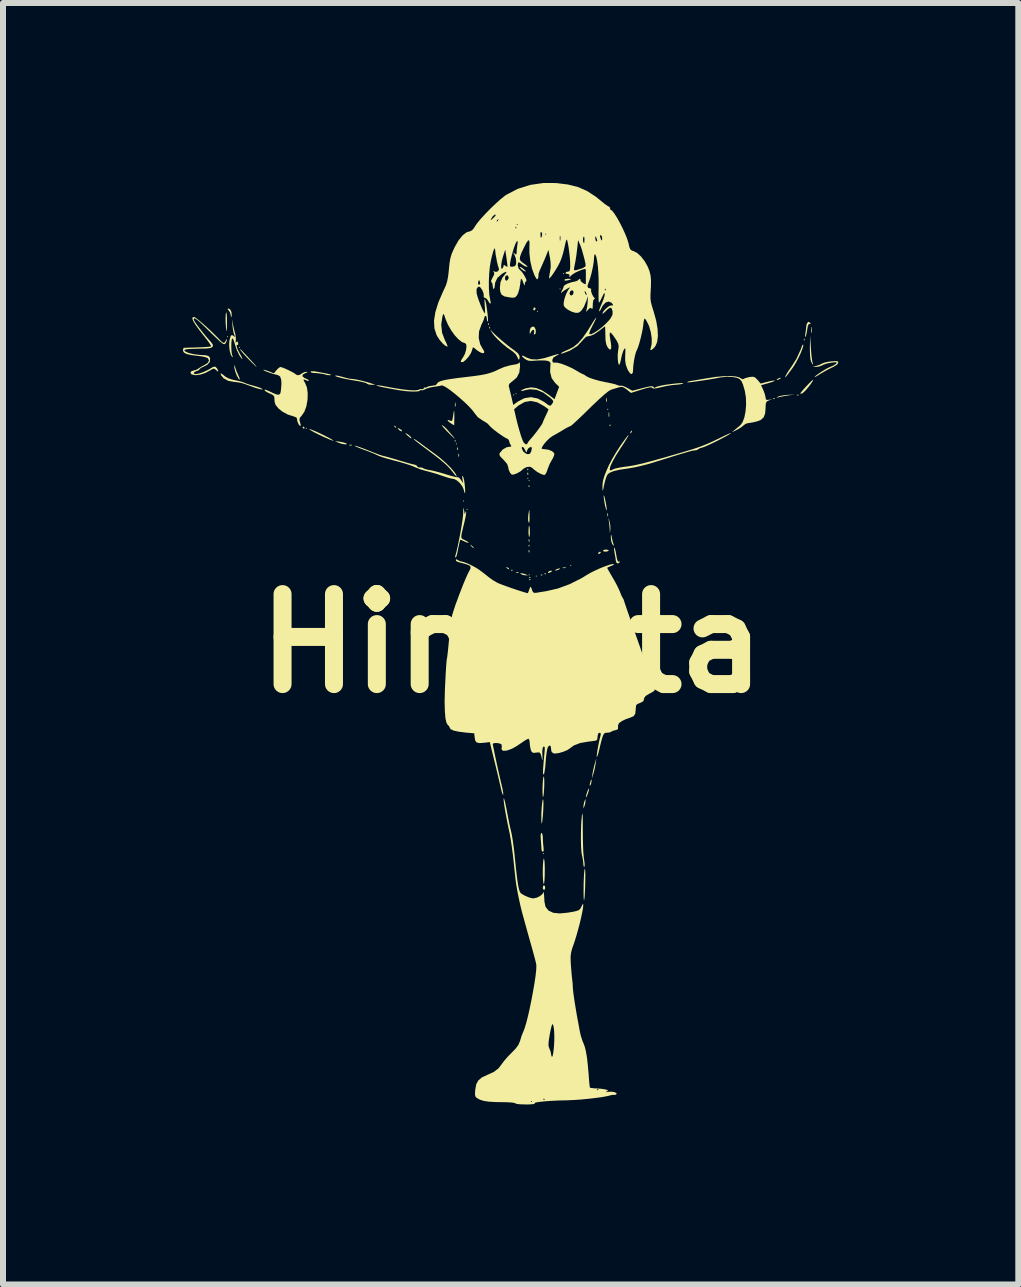
<source format=kicad_pcb>
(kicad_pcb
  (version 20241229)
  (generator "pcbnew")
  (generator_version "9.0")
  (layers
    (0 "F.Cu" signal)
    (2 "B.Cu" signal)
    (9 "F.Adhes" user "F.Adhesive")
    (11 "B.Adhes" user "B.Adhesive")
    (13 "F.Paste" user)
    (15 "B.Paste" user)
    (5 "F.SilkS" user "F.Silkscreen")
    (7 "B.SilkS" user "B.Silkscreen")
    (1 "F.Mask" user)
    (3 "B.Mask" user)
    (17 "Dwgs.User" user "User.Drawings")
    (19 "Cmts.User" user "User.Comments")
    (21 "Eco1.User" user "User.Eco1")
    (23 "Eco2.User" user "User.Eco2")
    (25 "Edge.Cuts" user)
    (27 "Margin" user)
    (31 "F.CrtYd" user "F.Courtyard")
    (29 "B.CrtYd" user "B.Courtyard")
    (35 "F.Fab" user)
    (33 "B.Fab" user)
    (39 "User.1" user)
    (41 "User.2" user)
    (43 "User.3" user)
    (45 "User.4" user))
  (footprint "Hinyata"
    (layer "F.Cu")
    (at 5.481 7.674)
    (property "Reference" "Hinyata" (at 0 0 0) (layer "F.SilkS") (effects (font (size 1.5 1.5) (thickness 0.3))))
    (attr board_only exclude_from_pos_files exclude_from_bom)
    (fp_poly (pts (xy -4.727 -5.114) (xy -4.736 -5.104) (xy -4.746 -5.114) (xy -4.736 -5.124)) (stroke (width 0) (type solid)) (fill yes) (layer "F.SilkS"))
    (fp_poly (pts (xy -4.528 -4.935) (xy -4.538 -4.925) (xy -4.548 -4.935) (xy -4.538 -4.945)) (stroke (width 0) (type solid)) (fill yes) (layer "F.SilkS"))
    (fp_poly (pts (xy -3.416 -3.585) (xy -3.426 -3.575) (xy -3.436 -3.585) (xy -3.426 -3.595)) (stroke (width 0) (type solid)) (fill yes) (layer "F.SilkS"))
    (fp_poly (pts (xy -0.914 -3.326) (xy -0.923 -3.316) (xy -0.933 -3.326) (xy -0.923 -3.336)) (stroke (width 0) (type solid)) (fill yes) (layer "F.SilkS"))
    (fp_poly (pts (xy -0.794 -2.373) (xy -0.804 -2.363) (xy -0.814 -2.373) (xy -0.804 -2.383)) (stroke (width 0) (type solid)) (fill yes) (layer "F.SilkS"))
    (fp_poly (pts (xy -0.735 -2.234) (xy -0.745 -2.224) (xy -0.755 -2.234) (xy -0.745 -2.244)) (stroke (width 0) (type solid)) (fill yes) (layer "F.SilkS"))
    (fp_poly (pts (xy 0.04 -4.141) (xy 0.03 -4.131) (xy 0.02 -4.141) (xy 0.03 -4.151)) (stroke (width 0) (type solid)) (fill yes) (layer "F.SilkS"))
    (fp_poly (pts (xy 0.079 -4.161) (xy 0.07 -4.151) (xy 0.06 -4.161) (xy 0.07 -4.17)) (stroke (width 0) (type solid)) (fill yes) (layer "F.SilkS"))
    (fp_poly (pts (xy 0.278 -2.751) (xy 0.268 -2.741) (xy 0.258 -2.751) (xy 0.268 -2.76)) (stroke (width 0) (type solid)) (fill yes) (layer "F.SilkS"))
    (fp_poly (pts (xy 0.298 -2.711) (xy 0.288 -2.701) (xy 0.278 -2.711) (xy 0.288 -2.721)) (stroke (width 0) (type solid)) (fill yes) (layer "F.SilkS"))
    (fp_poly (pts (xy 0.298 -1.142) (xy 0.288 -1.132) (xy 0.278 -1.142) (xy 0.288 -1.152)) (stroke (width 0) (type solid)) (fill yes) (layer "F.SilkS"))
    (fp_poly (pts (xy 0.417 -1.122) (xy 0.407 -1.112) (xy 0.397 -1.122) (xy 0.407 -1.132)) (stroke (width 0) (type solid)) (fill yes) (layer "F.SilkS"))
    (fp_poly (pts (xy 0.437 -5.531) (xy 0.427 -5.521) (xy 0.417 -5.531) (xy 0.427 -5.541)) (stroke (width 0) (type solid)) (fill yes) (layer "F.SilkS"))
    (fp_poly (pts (xy 0.536 3.505) (xy 0.526 3.515) (xy 0.516 3.505) (xy 0.526 3.495)) (stroke (width 0) (type solid)) (fill yes) (layer "F.SilkS"))
    (fp_poly (pts (xy 0.814 -5.908) (xy 0.804 -5.898) (xy 0.794 -5.908) (xy 0.804 -5.918)) (stroke (width 0) (type solid)) (fill yes) (layer "F.SilkS"))
    (fp_poly (pts (xy 0.874 -6.166) (xy 0.864 -6.156) (xy 0.854 -6.166) (xy 0.864 -6.176)) (stroke (width 0) (type solid)) (fill yes) (layer "F.SilkS"))
    (fp_poly (pts (xy 0.993 -1.301) (xy 0.983 -1.291) (xy 0.973 -1.301) (xy 0.983 -1.311)) (stroke (width 0) (type solid)) (fill yes) (layer "F.SilkS"))
    (fp_poly (pts (xy 1.609 -3.902) (xy 1.599 -3.892) (xy 1.589 -3.902) (xy 1.599 -3.912)) (stroke (width 0) (type solid)) (fill yes) (layer "F.SilkS"))
    (fp_poly (pts (xy -2.667 -3.309) (xy -2.672 -3.3) (xy -2.693 -3.298) (xy -2.714 -3.303) (xy -2.705 -3.31) (xy -2.674 -3.313)) (stroke (width 0) (type solid)) (fill yes) (layer "F.SilkS"))
    (fp_poly (pts (xy -0.94 -3.389) (xy -0.938 -3.366) (xy -0.94 -3.363) (xy -0.952 -3.366) (xy -0.953 -3.376) (xy -0.946 -3.392)) (stroke (width 0) (type solid)) (fill yes) (layer "F.SilkS"))
    (fp_poly (pts (xy -0.9 -3.261) (xy -0.898 -3.23) (xy -0.902 -3.223) (xy -0.911 -3.229) (xy -0.912 -3.249) (xy -0.907 -3.27)) (stroke (width 0) (type solid)) (fill yes) (layer "F.SilkS"))
    (fp_poly (pts (xy -0.881 -3.163) (xy -0.878 -3.122) (xy -0.881 -3.113) (xy -0.888 -3.11) (xy -0.891 -3.138) (xy -0.887 -3.166)) (stroke (width 0) (type solid)) (fill yes) (layer "F.SilkS"))
    (fp_poly (pts (xy -0.384 -5.336) (xy -0.382 -5.312) (xy -0.384 -5.309) (xy -0.396 -5.312) (xy -0.397 -5.322) (xy -0.39 -5.339)) (stroke (width 0) (type solid)) (fill yes) (layer "F.SilkS"))
    (fp_poly (pts (xy -0.364 -5.276) (xy -0.362 -5.252) (xy -0.364 -5.249) (xy -0.376 -5.252) (xy -0.377 -5.263) (xy -0.37 -5.279)) (stroke (width 0) (type solid)) (fill yes) (layer "F.SilkS"))
    (fp_poly (pts (xy 0.013 -1.225) (xy 0.011 -1.213) (xy 0 -1.211) (xy -0.016 -1.219) (xy -0.013 -1.225) (xy 0.01 -1.227)) (stroke (width 0) (type solid)) (fill yes) (layer "F.SilkS"))
    (fp_poly (pts (xy 0.114 -1.184) (xy 0.108 -1.175) (xy 0.088 -1.173) (xy 0.067 -1.178) (xy 0.076 -1.185) (xy 0.107 -1.188)) (stroke (width 0) (type solid)) (fill yes) (layer "F.SilkS"))
    (fp_poly (pts (xy 0.271 -2.913) (xy 0.274 -2.889) (xy 0.271 -2.886) (xy 0.26 -2.889) (xy 0.258 -2.899) (xy 0.265 -2.916)) (stroke (width 0) (type solid)) (fill yes) (layer "F.SilkS"))
    (fp_poly (pts (xy 0.272 -2.844) (xy 0.274 -2.813) (xy 0.27 -2.806) (xy 0.261 -2.811) (xy 0.26 -2.832) (xy 0.265 -2.853)) (stroke (width 0) (type solid)) (fill yes) (layer "F.SilkS"))
    (fp_poly (pts (xy 0.291 -2.635) (xy 0.294 -2.611) (xy 0.291 -2.608) (xy 0.279 -2.611) (xy 0.278 -2.621) (xy 0.285 -2.638)) (stroke (width 0) (type solid)) (fill yes) (layer "F.SilkS"))
    (fp_poly (pts (xy 0.291 -1.642) (xy 0.294 -1.618) (xy 0.291 -1.615) (xy 0.279 -1.618) (xy 0.278 -1.628) (xy 0.285 -1.645)) (stroke (width 0) (type solid)) (fill yes) (layer "F.SilkS"))
    (fp_poly (pts (xy 0.292 -1.731) (xy 0.294 -1.7) (xy 0.29 -1.693) (xy 0.281 -1.699) (xy 0.28 -1.719) (xy 0.284 -1.741)) (stroke (width 0) (type solid)) (fill yes) (layer "F.SilkS"))
    (fp_poly (pts (xy 0.292 -1.553) (xy 0.294 -1.522) (xy 0.29 -1.515) (xy 0.281 -1.521) (xy 0.28 -1.541) (xy 0.284 -1.562)) (stroke (width 0) (type solid)) (fill yes) (layer "F.SilkS"))
    (fp_poly (pts (xy 0.311 -1.105) (xy 0.308 -1.094) (xy 0.298 -1.092) (xy 0.282 -1.1) (xy 0.285 -1.105) (xy 0.308 -1.108)) (stroke (width 0) (type solid)) (fill yes) (layer "F.SilkS"))
    (fp_poly (pts (xy 0.311 -1.066) (xy 0.308 -1.054) (xy 0.298 -1.053) (xy 0.282 -1.06) (xy 0.285 -1.066) (xy 0.308 -1.068)) (stroke (width 0) (type solid)) (fill yes) (layer "F.SilkS"))
    (fp_poly (pts (xy 0.51 -1.145) (xy 0.507 -1.133) (xy 0.496 -1.132) (xy 0.48 -1.139) (xy 0.483 -1.145) (xy 0.507 -1.148)) (stroke (width 0) (type solid)) (fill yes) (layer "F.SilkS"))
    (fp_poly (pts (xy 0.569 -1.165) (xy 0.567 -1.153) (xy 0.556 -1.152) (xy 0.54 -1.159) (xy 0.543 -1.165) (xy 0.566 -1.167)) (stroke (width 0) (type solid)) (fill yes) (layer "F.SilkS"))
    (fp_poly (pts (xy 0.899 -1.264) (xy 0.901 -1.257) (xy 0.874 -1.254) (xy 0.846 -1.257) (xy 0.849 -1.264) (xy 0.89 -1.267)) (stroke (width 0) (type solid)) (fill yes) (layer "F.SilkS"))
    (fp_poly (pts (xy 1.602 -2.17) (xy 1.605 -2.129) (xy 1.602 -2.12) (xy 1.595 -2.117) (xy 1.592 -2.145) (xy 1.595 -2.173)) (stroke (width 0) (type solid)) (fill yes) (layer "F.SilkS"))
    (fp_poly (pts (xy 1.642 -3.647) (xy 1.644 -3.624) (xy 1.642 -3.621) (xy 1.63 -3.624) (xy 1.628 -3.634) (xy 1.636 -3.651)) (stroke (width 0) (type solid)) (fill yes) (layer "F.SilkS"))
    (fp_poly (pts (xy 4.382 -4.084) (xy 4.38 -4.073) (xy 4.369 -4.071) (xy 4.353 -4.078) (xy 4.356 -4.084) (xy 4.379 -4.087)) (stroke (width 0) (type solid)) (fill yes) (layer "F.SilkS"))
    (fp_poly (pts (xy 4.779 -4.144) (xy 4.777 -4.132) (xy 4.766 -4.131) (xy 4.75 -4.138) (xy 4.753 -4.144) (xy 4.777 -4.146)) (stroke (width 0) (type solid)) (fill yes) (layer "F.SilkS"))
    (fp_poly (pts (xy 4.879 -5.077) (xy 4.881 -5.054) (xy 4.879 -5.051) (xy 4.867 -5.054) (xy 4.866 -5.064) (xy 4.873 -5.08)) (stroke (width 0) (type solid)) (fill yes) (layer "F.SilkS"))
    (fp_poly (pts (xy -1.949 -3.626) (xy -1.928 -3.606) (xy -1.932 -3.595) (xy -1.935 -3.595) (xy -1.952 -3.609) (xy -1.958 -3.617) (xy -1.96 -3.631)) (stroke (width 0) (type solid)) (fill yes) (layer "F.SilkS"))
    (fp_poly (pts (xy -0.054 -1.257) (xy -0.05 -1.251) (xy -0.043 -1.233) (xy -0.061 -1.24) (xy -0.079 -1.251) (xy -0.095 -1.267) (xy -0.086 -1.271)) (stroke (width 0) (type solid)) (fill yes) (layer "F.SilkS"))
    (fp_poly (pts (xy 2 -3.524) (xy 1.988 -3.51) (xy 1.972 -3.497) (xy 1.976 -3.517) (xy 1.977 -3.521) (xy 1.993 -3.545) (xy 2.002 -3.545)) (stroke (width 0) (type solid)) (fill yes) (layer "F.SilkS"))
    (fp_poly (pts (xy -3.456 -3.6) (xy -3.456 -3.595) (xy -3.462 -3.575) (xy -3.464 -3.575) (xy -3.481 -3.589) (xy -3.485 -3.595) (xy -3.484 -3.613) (xy -3.477 -3.614)) (stroke (width 0) (type solid)) (fill yes) (layer "F.SilkS"))
    (fp_poly (pts (xy -1.894 -3.589) (xy -1.872 -3.577) (xy -1.834 -3.553) (xy -1.83 -3.538) (xy -1.844 -3.535) (xy -1.87 -3.549) (xy -1.889 -3.568) (xy -1.905 -3.59)) (stroke (width 0) (type solid)) (fill yes) (layer "F.SilkS"))
    (fp_poly (pts (xy -0.94 -4.01) (xy -0.939 -4.006) (xy -0.937 -3.963) (xy -0.94 -3.947) (xy -0.947 -3.946) (xy -0.949 -3.977) (xy -0.949 -3.982) (xy -0.947 -4.013)) (stroke (width 0) (type solid)) (fill yes) (layer "F.SilkS"))
    (fp_poly (pts (xy -0.685 -1.642) (xy -0.67 -1.631) (xy -0.643 -1.606) (xy -0.635 -1.596) (xy -0.645 -1.59) (xy -0.672 -1.616) (xy -0.678 -1.623) (xy -0.695 -1.647)) (stroke (width 0) (type solid)) (fill yes) (layer "F.SilkS"))
    (fp_poly (pts (xy 0.397 -5.586) (xy 0.397 -5.582) (xy 0.383 -5.555) (xy 0.377 -5.551) (xy 0.36 -5.555) (xy 0.357 -5.569) (xy 0.368 -5.597) (xy 0.377 -5.6)) (stroke (width 0) (type solid)) (fill yes) (layer "F.SilkS"))
    (fp_poly (pts (xy 0.552 4.048) (xy 0.556 4.071) (xy 0.548 4.103) (xy 0.536 4.111) (xy 0.52 4.094) (xy 0.516 4.071) (xy 0.525 4.039) (xy 0.536 4.031)) (stroke (width 0) (type solid)) (fill yes) (layer "F.SilkS"))
    (fp_poly (pts (xy 0.674 -1.208) (xy 0.659 -1.194) (xy 0.655 -1.192) (xy 0.619 -1.174) (xy 0.602 -1.177) (xy 0.606 -1.192) (xy 0.634 -1.209) (xy 0.652 -1.211)) (stroke (width 0) (type solid)) (fill yes) (layer "F.SilkS"))
    (fp_poly (pts (xy 0.806 -1.244) (xy 0.784 -1.231) (xy 0.742 -1.216) (xy 0.721 -1.215) (xy 0.727 -1.226) (xy 0.735 -1.231) (xy 0.777 -1.248) (xy 0.794 -1.249)) (stroke (width 0) (type solid)) (fill yes) (layer "F.SilkS"))
    (fp_poly (pts (xy 1.228 2.631) (xy 1.22 2.684) (xy 1.211 2.711) (xy 1.194 2.751) (xy 1.194 2.711) (xy 1.202 2.659) (xy 1.211 2.631) (xy 1.228 2.592)) (stroke (width 0) (type solid)) (fill yes) (layer "F.SilkS"))
    (fp_poly (pts (xy 1.483 -1.517) (xy 1.48 -1.509) (xy 1.453 -1.49) (xy 1.447 -1.489) (xy 1.437 -1.502) (xy 1.44 -1.509) (xy 1.466 -1.528) (xy 1.472 -1.529)) (stroke (width 0) (type solid)) (fill yes) (layer "F.SilkS"))
    (fp_poly (pts (xy 1.582 -4.089) (xy 1.583 -4.086) (xy 1.586 -4.042) (xy 1.582 -4.026) (xy 1.575 -4.025) (xy 1.573 -4.057) (xy 1.573 -4.061) (xy 1.576 -4.092)) (stroke (width 0) (type solid)) (fill yes) (layer "F.SilkS"))
    (fp_poly (pts (xy 1.612 -1.555) (xy 1.612 -1.542) (xy 1.584 -1.531) (xy 1.557 -1.529) (xy 1.524 -1.536) (xy 1.519 -1.549) (xy 1.546 -1.562) (xy 1.578 -1.564)) (stroke (width 0) (type solid)) (fill yes) (layer "F.SilkS"))
    (fp_poly (pts (xy 1.622 -3.848) (xy 1.625 -3.797) (xy 1.622 -3.778) (xy 1.617 -3.772) (xy 1.613 -3.8) (xy 1.613 -3.813) (xy 1.615 -3.849) (xy 1.62 -3.853)) (stroke (width 0) (type solid)) (fill yes) (layer "F.SilkS"))
    (fp_poly (pts (xy 1.63 -2.029) (xy 1.642 -1.962) (xy 1.643 -1.899) (xy 1.635 -1.837) (xy 1.632 -1.899) (xy 1.626 -1.966) (xy 1.619 -2.028) (xy 1.609 -2.095)) (stroke (width 0) (type solid)) (fill yes) (layer "F.SilkS"))
    (fp_poly (pts (xy 4.482 -4.42) (xy 4.468 -4.409) (xy 4.432 -4.392) (xy 4.419 -4.39) (xy 4.415 -4.398) (xy 4.429 -4.409) (xy 4.465 -4.426) (xy 4.478 -4.428)) (stroke (width 0) (type solid)) (fill yes) (layer "F.SilkS"))
    (fp_poly (pts (xy 4.999 -5.268) (xy 5.002 -5.21) (xy 4.999 -5.178) (xy 4.994 -5.169) (xy 4.991 -5.194) (xy 4.99 -5.223) (xy 4.992 -5.266) (xy 4.996 -5.278)) (stroke (width 0) (type solid)) (fill yes) (layer "F.SilkS"))
    (fp_poly (pts (xy 0.159 -1.17) (xy 0.201 -1.161) (xy 0.228 -1.152) (xy 0.268 -1.135) (xy 0.228 -1.134) (xy 0.18 -1.142) (xy 0.159 -1.152) (xy 0.139 -1.167) (xy 0.154 -1.17)) (stroke (width 0) (type solid)) (fill yes) (layer "F.SilkS"))
    (fp_poly (pts (xy 0.981 -6.075) (xy 0.986 -6.068) (xy 0.952 -6.056) (xy 0.928 -6.05) (xy 0.888 -6.046) (xy 0.874 -6.057) (xy 0.891 -6.071) (xy 0.933 -6.077) (xy 0.937 -6.077)) (stroke (width 0) (type solid)) (fill yes) (layer "F.SilkS"))
    (fp_poly (pts (xy 1.33 2.287) (xy 1.33 2.295) (xy 1.32 2.344) (xy 1.31 2.363) (xy 1.298 2.374) (xy 1.299 2.351) (xy 1.303 2.333) (xy 1.317 2.282) (xy 1.326 2.266)) (stroke (width 0) (type solid)) (fill yes) (layer "F.SilkS"))
    (fp_poly (pts (xy -1.756 -3.498) (xy -1.722 -3.476) (xy -1.691 -3.449) (xy -1.672 -3.425) (xy -1.675 -3.416) (xy -1.695 -3.428) (xy -1.732 -3.458) (xy -1.742 -3.467) (xy -1.772 -3.497) (xy -1.772 -3.504)) (stroke (width 0) (type solid)) (fill yes) (layer "F.SilkS"))
    (fp_poly (pts (xy 0.163 -6.264) (xy 0.201 -6.236) (xy 0.228 -6.21) (xy 0.23 -6.198) (xy 0.228 -6.197) (xy 0.2 -6.209) (xy 0.162 -6.236) (xy 0.135 -6.263) (xy 0.133 -6.275) (xy 0.135 -6.276)) (stroke (width 0) (type solid)) (fill yes) (layer "F.SilkS"))
    (fp_poly (pts (xy 1.397 2.005) (xy 1.383 2.083) (xy 1.363 2.161) (xy 1.359 2.174) (xy 1.333 2.254) (xy 1.344 2.177) (xy 1.357 2.108) (xy 1.376 2.03) (xy 1.382 2.008) (xy 1.409 1.916)) (stroke (width 0) (type solid)) (fill yes) (layer "F.SilkS"))
    (fp_poly (pts (xy -2.87 -3.362) (xy -2.811 -3.351) (xy -2.767 -3.337) (xy -2.76 -3.334) (xy -2.748 -3.322) (xy -2.764 -3.317) (xy -2.799 -3.32) (xy -2.843 -3.329) (xy -2.886 -3.344) (xy -2.89 -3.345) (xy -2.949 -3.372)) (stroke (width 0) (type solid)) (fill yes) (layer "F.SilkS"))
    (fp_poly (pts (xy 0.296 -1.936) (xy 0.3 -1.887) (xy 0.301 -1.832) (xy 0.297 -1.789) (xy 0.291 -1.774) (xy 0.284 -1.784) (xy 0.279 -1.825) (xy 0.278 -1.867) (xy 0.28 -1.923) (xy 0.284 -1.958) (xy 0.288 -1.963)) (stroke (width 0) (type solid)) (fill yes) (layer "F.SilkS"))
    (fp_poly (pts (xy 4.607 -4.133) (xy 4.536 -4.121) (xy 4.474 -4.109) (xy 4.448 -4.103) (xy 4.416 -4.095) (xy 4.419 -4.102) (xy 4.435 -4.112) (xy 4.474 -4.125) (xy 4.538 -4.136) (xy 4.594 -4.142) (xy 4.717 -4.149)) (stroke (width 0) (type solid)) (fill yes) (layer "F.SilkS"))
    (fp_poly (pts (xy -4.691 -5.563) (xy -4.673 -5.521) (xy -4.669 -5.468) (xy -4.673 -5.448) (xy -4.68 -5.433) (xy -4.684 -5.457) (xy -4.684 -5.465) (xy -4.698 -5.517) (xy -4.718 -5.549) (xy -4.739 -5.573) (xy -4.729 -5.58) (xy -4.718 -5.58)) (stroke (width 0) (type solid)) (fill yes) (layer "F.SilkS"))
    (fp_poly (pts (xy 0.293 -2.209) (xy 0.295 -2.154) (xy 0.295 -2.13) (xy 0.295 -2.051) (xy 0.291 -2.012) (xy 0.283 -2.012) (xy 0.273 -2.041) (xy 0.271 -2.082) (xy 0.275 -2.142) (xy 0.279 -2.165) (xy 0.286 -2.212) (xy 0.291 -2.227)) (stroke (width 0) (type solid)) (fill yes) (layer "F.SilkS"))
    (fp_poly (pts (xy 1.288 2.423) (xy 1.281 2.46) (xy 1.264 2.514) (xy 1.261 2.522) (xy 1.244 2.559) (xy 1.235 2.567) (xy 1.234 2.562) (xy 1.241 2.524) (xy 1.258 2.471) (xy 1.261 2.463) (xy 1.278 2.426) (xy 1.287 2.418)) (stroke (width 0) (type solid)) (fill yes) (layer "F.SilkS"))
    (fp_poly (pts (xy 1.545 -2.442) (xy 1.557 -2.389) (xy 1.561 -2.373) (xy 1.575 -2.296) (xy 1.581 -2.243) (xy 1.582 -2.217) (xy 1.575 -2.223) (xy 1.563 -2.262) (xy 1.553 -2.302) (xy 1.54 -2.373) (xy 1.532 -2.435) (xy 1.531 -2.459) (xy 1.535 -2.468)) (stroke (width 0) (type solid)) (fill yes) (layer "F.SilkS"))
    (fp_poly (pts (xy 1.664 -1.781) (xy 1.669 -1.752) (xy 1.682 -1.696) (xy 1.695 -1.655) (xy 1.698 -1.648) (xy 1.703 -1.63) (xy 1.7 -1.628) (xy 1.683 -1.644) (xy 1.669 -1.667) (xy 1.655 -1.714) (xy 1.65 -1.771) (xy 1.652 -1.809) (xy 1.656 -1.813)) (stroke (width 0) (type solid)) (fill yes) (layer "F.SilkS"))
    (fp_poly (pts (xy 4.985 -4.925) (xy 4.991 -4.835) (xy 5 -4.757) (xy 5.008 -4.702) (xy 5.013 -4.682) (xy 5.022 -4.653) (xy 5.02 -4.647) (xy 5.006 -4.663) (xy 4.988 -4.698) (xy 4.977 -4.742) (xy 4.97 -4.816) (xy 4.968 -4.908) (xy 4.968 -4.941) (xy 4.972 -5.134)) (stroke (width 0) (type solid)) (fill yes) (layer "F.SilkS"))
    (fp_poly (pts (xy -4.618 -4.632) (xy -4.609 -4.597) (xy -4.589 -4.537) (xy -4.561 -4.474) (xy -4.56 -4.471) (xy -4.54 -4.426) (xy -4.535 -4.397) (xy -4.536 -4.394) (xy -4.55 -4.404) (xy -4.572 -4.441) (xy -4.587 -4.47) (xy -4.61 -4.533) (xy -4.624 -4.59) (xy -4.625 -4.607) (xy -4.623 -4.637)) (stroke (width 0) (type solid)) (fill yes) (layer "F.SilkS"))
    (fp_poly (pts (xy 0.539 2.243) (xy 0.541 2.295) (xy 0.541 2.362) (xy 0.538 2.433) (xy 0.533 2.498) (xy 0.527 2.544) (xy 0.52 2.562) (xy 0.515 2.544) (xy 0.512 2.494) (xy 0.512 2.423) (xy 0.513 2.381) (xy 0.517 2.304) (xy 0.523 2.247) (xy 0.53 2.218) (xy 0.533 2.217)) (stroke (width 0) (type solid)) (fill yes) (layer "F.SilkS"))
    (fp_poly (pts (xy 5.011 -4.365) (xy 4.979 -4.318) (xy 4.937 -4.264) (xy 4.893 -4.213) (xy 4.856 -4.178) (xy 4.844 -4.169) (xy 4.814 -4.159) (xy 4.809 -4.166) (xy 4.824 -4.19) (xy 4.858 -4.229) (xy 4.901 -4.277) (xy 4.946 -4.325) (xy 4.987 -4.366) (xy 5.015 -4.391) (xy 5.024 -4.395)) (stroke (width 0) (type solid)) (fill yes) (layer "F.SilkS"))
    (fp_poly (pts (xy -4.757 -5.514) (xy -4.752 -5.478) (xy -4.748 -5.416) (xy -4.748 -5.377) (xy -4.748 -5.299) (xy -4.75 -5.24) (xy -4.753 -5.207) (xy -4.755 -5.203) (xy -4.76 -5.221) (xy -4.765 -5.269) (xy -4.769 -5.337) (xy -4.77 -5.343) (xy -4.771 -5.418) (xy -4.769 -5.481) (xy -4.763 -5.517) (xy -4.763 -5.517)) (stroke (width 0) (type solid)) (fill yes) (layer "F.SilkS"))
    (fp_poly (pts (xy -1.162 -3.638) (xy -1.122 -3.609) (xy -1.078 -3.566) (xy -1.075 -3.562) (xy -1.03 -3.509) (xy -0.988 -3.461) (xy -0.987 -3.46) (xy -0.956 -3.424) (xy -0.95 -3.413) (xy -0.965 -3.424) (xy -0.999 -3.454) (xy -1.047 -3.501) (xy -1.083 -3.537) (xy -1.131 -3.589) (xy -1.161 -3.624) (xy -1.168 -3.64)) (stroke (width 0) (type solid)) (fill yes) (layer "F.SilkS"))
    (fp_poly (pts (xy 0.37 -5.277) (xy 0.378 -5.27) (xy 0.396 -5.235) (xy 0.401 -5.191) (xy 0.391 -5.156) (xy 0.382 -5.149) (xy 0.366 -5.154) (xy 0.369 -5.171) (xy 0.375 -5.211) (xy 0.36 -5.228) (xy 0.336 -5.216) (xy 0.326 -5.201) (xy 0.299 -5.153) (xy 0.299 -5.209) (xy 0.31 -5.254) (xy 0.337 -5.279)) (stroke (width 0) (type solid)) (fill yes) (layer "F.SilkS"))
    (fp_poly (pts (xy 0.524 2.607) (xy 0.527 2.646) (xy 0.526 2.714) (xy 0.524 2.78) (xy 0.518 2.868) (xy 0.511 2.94) (xy 0.504 2.988) (xy 0.5 3.003) (xy 0.495 2.991) (xy 0.492 2.946) (xy 0.492 2.878) (xy 0.493 2.824) (xy 0.498 2.738) (xy 0.505 2.665) (xy 0.513 2.615) (xy 0.517 2.602)) (stroke (width 0) (type solid)) (fill yes) (layer "F.SilkS"))
    (fp_poly (pts (xy 0.54 3.6) (xy 0.546 3.647) (xy 0.549 3.718) (xy 0.549 3.794) (xy 0.548 3.881) (xy 0.544 3.952) (xy 0.538 3.998) (xy 0.532 4.012) (xy 0.526 3.993) (xy 0.52 3.943) (xy 0.517 3.87) (xy 0.516 3.804) (xy 0.518 3.717) (xy 0.522 3.646) (xy 0.528 3.6) (xy 0.534 3.586)) (stroke (width 0) (type solid)) (fill yes) (layer "F.SilkS"))
    (fp_poly (pts (xy -3.347 -3.565) (xy -3.291 -3.543) (xy -3.217 -3.51) (xy -3.148 -3.477) (xy -3.063 -3.434) (xy -3.005 -3.402) (xy -2.975 -3.382) (xy -2.975 -3.377) (xy -3.007 -3.387) (xy -3.058 -3.407) (xy -3.135 -3.441) (xy -3.212 -3.477) (xy -3.282 -3.512) (xy -3.337 -3.543) (xy -3.371 -3.564) (xy -3.377 -3.573) (xy -3.376 -3.573)) (stroke (width 0) (type solid)) (fill yes) (layer "F.SilkS"))
    (fp_poly (pts (xy 0.508 3.175) (xy 0.516 3.221) (xy 0.517 3.242) (xy 0.52 3.318) (xy 0.527 3.392) (xy 0.529 3.401) (xy 0.531 3.454) (xy 0.52 3.475) (xy 0.518 3.475) (xy 0.499 3.459) (xy 0.495 3.441) (xy 0.493 3.403) (xy 0.489 3.341) (xy 0.484 3.282) (xy 0.48 3.204) (xy 0.486 3.164) (xy 0.494 3.158)) (stroke (width 0) (type solid)) (fill yes) (layer "F.SilkS"))
    (fp_poly (pts (xy -4.512 -4.894) (xy -4.492 -4.872) (xy -4.451 -4.829) (xy -4.398 -4.772) (xy -4.37 -4.741) (xy -4.316 -4.683) (xy -4.276 -4.638) (xy -4.255 -4.612) (xy -4.253 -4.607) (xy -4.271 -4.621) (xy -4.309 -4.657) (xy -4.361 -4.709) (xy -4.396 -4.744) (xy -4.453 -4.805) (xy -4.497 -4.855) (xy -4.523 -4.889) (xy -4.528 -4.897) (xy -4.519 -4.901)) (stroke (width 0) (type solid)) (fill yes) (layer "F.SilkS"))
    (fp_poly (pts (xy -3.301 -4.536) (xy -3.228 -4.525) (xy -3.121 -4.504) (xy -3.088 -4.498) (xy -3.029 -4.484) (xy -3.008 -4.475) (xy -3.023 -4.471) (xy -3.03 -4.47) (xy -3.076 -4.472) (xy -3.101 -4.478) (xy -3.101 -4.478) (xy -3.127 -4.487) (xy -3.18 -4.496) (xy -3.246 -4.504) (xy -3.302 -4.507) (xy -3.341 -4.514) (xy -3.356 -4.527) (xy -3.343 -4.536)) (stroke (width 0) (type solid)) (fill yes) (layer "F.SilkS"))
    (fp_poly (pts (xy 1.72 -1.575) (xy 1.732 -1.526) (xy 1.737 -1.497) (xy 1.751 -1.419) (xy 1.764 -1.375) (xy 1.779 -1.36) (xy 1.792 -1.364) (xy 1.804 -1.364) (xy 1.799 -1.353) (xy 1.771 -1.331) (xy 1.745 -1.343) (xy 1.734 -1.375) (xy 1.728 -1.422) (xy 1.717 -1.486) (xy 1.712 -1.514) (xy 1.704 -1.566) (xy 1.704 -1.596) (xy 1.708 -1.598)) (stroke (width 0) (type solid)) (fill yes) (layer "F.SilkS"))
    (fp_poly (pts (xy 1.222 3.772) (xy 1.225 3.821) (xy 1.225 3.892) (xy 1.224 3.976) (xy 1.222 4.065) (xy 1.218 4.149) (xy 1.214 4.219) (xy 1.208 4.268) (xy 1.203 4.284) (xy 1.2 4.27) (xy 1.197 4.222) (xy 1.196 4.149) (xy 1.197 4.056) (xy 1.197 4.024) (xy 1.2 3.926) (xy 1.204 3.843) (xy 1.21 3.784) (xy 1.216 3.755) (xy 1.217 3.753)) (stroke (width 0) (type solid)) (fill yes) (layer "F.SilkS"))
    (fp_poly (pts (xy 4.969 -5.346) (xy 4.984 -5.326) (xy 4.968 -5.325) (xy 4.966 -5.326) (xy 4.946 -5.318) (xy 4.932 -5.28) (xy 4.923 -5.227) (xy 4.913 -5.165) (xy 4.901 -5.121) (xy 4.894 -5.107) (xy 4.888 -5.115) (xy 4.891 -5.151) (xy 4.892 -5.161) (xy 4.902 -5.221) (xy 4.906 -5.27) (xy 4.906 -5.27) (xy 4.914 -5.319) (xy 4.925 -5.342) (xy 4.945 -5.361)) (stroke (width 0) (type solid)) (fill yes) (layer "F.SilkS"))
    (fp_poly (pts (xy -0.959 -3.851) (xy -0.958 -3.796) (xy -0.958 -3.778) (xy -0.959 -3.708) (xy -0.96 -3.657) (xy -0.961 -3.635) (xy -0.961 -3.635) (xy -0.977 -3.644) (xy -1.014 -3.667) (xy -1.018 -3.669) (xy -1.055 -3.697) (xy -1.071 -3.719) (xy -1.064 -3.726) (xy -1.034 -3.714) (xy -1.006 -3.705) (xy -0.992 -3.721) (xy -0.984 -3.758) (xy -0.974 -3.821) (xy -0.966 -3.873) (xy -0.962 -3.879)) (stroke (width 0) (type solid)) (fill yes) (layer "F.SilkS"))
    (fp_poly (pts (xy 4.857 -4.955) (xy 4.841 -4.904) (xy 4.814 -4.836) (xy 4.778 -4.76) (xy 4.738 -4.684) (xy 4.698 -4.617) (xy 4.678 -4.588) (xy 4.621 -4.511) (xy 4.583 -4.462) (xy 4.563 -4.438) (xy 4.556 -4.435) (xy 4.559 -4.45) (xy 4.563 -4.459) (xy 4.582 -4.495) (xy 4.617 -4.55) (xy 4.658 -4.608) (xy 4.743 -4.742) (xy 4.812 -4.89) (xy 4.835 -4.953) (xy 4.848 -4.979) (xy 4.857 -4.98)) (stroke (width 0) (type solid)) (fill yes) (layer "F.SilkS"))
    (fp_poly (pts (xy -0.315 -5.183) (xy -0.258 -5.128) (xy -0.181 -5.06) (xy -0.095 -4.988) (xy -0.014 -4.924) (xy 0.05 -4.878) (xy 0.106 -4.832) (xy 0.129 -4.788) (xy 0.13 -4.776) (xy 0.125 -4.735) (xy 0.111 -4.731) (xy 0.095 -4.764) (xy 0.091 -4.776) (xy 0.066 -4.818) (xy 0.019 -4.862) (xy 0.001 -4.875) (xy -0.076 -4.929) (xy -0.158 -4.996) (xy -0.234 -5.066) (xy -0.294 -5.13) (xy -0.325 -5.171) (xy -0.362 -5.233)) (stroke (width 0) (type solid)) (fill yes) (layer "F.SilkS"))
    (fp_poly (pts (xy -2.911 -4.463) (xy -2.856 -4.451) (xy -2.82 -4.441) (xy -2.753 -4.422) (xy -2.693 -4.41) (xy -2.673 -4.409) (xy -2.611 -4.402) (xy -2.524 -4.384) (xy -2.422 -4.358) (xy -2.353 -4.337) (xy -2.274 -4.311) (xy -2.337 -4.31) (xy -2.384 -4.315) (xy -2.411 -4.326) (xy -2.411 -4.327) (xy -2.427 -4.338) (xy -2.465 -4.35) (xy -2.529 -4.365) (xy -2.625 -4.382) (xy -2.671 -4.389) (xy -2.762 -4.406) (xy -2.841 -4.423) (xy -2.903 -4.44) (xy -2.939 -4.454) (xy -2.944 -4.463) (xy -2.943 -4.463)) (stroke (width 0) (type solid)) (fill yes) (layer "F.SilkS"))
    (fp_poly (pts (xy 1.178 2.84) (xy 1.181 2.876) (xy 1.183 2.949) (xy 1.183 3.059) (xy 1.183 3.118) (xy 1.184 3.244) (xy 1.187 3.365) (xy 1.191 3.472) (xy 1.198 3.555) (xy 1.204 3.6) (xy 1.213 3.663) (xy 1.214 3.709) (xy 1.209 3.725) (xy 1.197 3.716) (xy 1.192 3.678) (xy 1.192 3.67) (xy 1.185 3.603) (xy 1.17 3.535) (xy 1.161 3.483) (xy 1.155 3.401) (xy 1.152 3.298) (xy 1.152 3.185) (xy 1.154 3.07) (xy 1.159 2.963) (xy 1.168 2.874) (xy 1.168 2.87) (xy 1.174 2.838)) (stroke (width 0) (type solid)) (fill yes) (layer "F.SilkS"))
    (fp_poly (pts (xy -1.621 -3.404) (xy -1.581 -3.378) (xy -1.532 -3.343) (xy -1.468 -3.295) (xy -1.387 -3.235) (xy -1.303 -3.174) (xy -1.28 -3.158) (xy -1.186 -3.084) (xy -1.095 -3.004) (xy -1.015 -2.924) (xy -0.956 -2.854) (xy -0.932 -2.817) (xy -0.918 -2.786) (xy -0.926 -2.785) (xy -0.951 -2.812) (xy -0.976 -2.843) (xy -1.019 -2.898) (xy -1.068 -2.951) (xy -1.128 -3.007) (xy -1.204 -3.071) (xy -1.302 -3.147) (xy -1.426 -3.24) (xy -1.455 -3.261) (xy -1.528 -3.316) (xy -1.588 -3.363) (xy -1.627 -3.396) (xy -1.64 -3.411) (xy -1.64 -3.411)) (stroke (width 0) (type solid)) (fill yes) (layer "F.SilkS"))
    (fp_poly (pts (xy -4.84 -4.497) (xy -4.799 -4.467) (xy -4.775 -4.446) (xy -4.733 -4.422) (xy -4.668 -4.399) (xy -4.616 -4.387) (xy -4.546 -4.372) (xy -4.488 -4.356) (xy -4.462 -4.346) (xy -4.423 -4.33) (xy -4.362 -4.31) (xy -4.316 -4.298) (xy -4.247 -4.278) (xy -4.193 -4.259) (xy -4.16 -4.243) (xy -4.154 -4.234) (xy -4.17 -4.233) (xy -4.206 -4.24) (xy -4.263 -4.256) (xy -4.29 -4.265) (xy -4.363 -4.291) (xy -4.434 -4.317) (xy -4.451 -4.324) (xy -4.516 -4.343) (xy -4.594 -4.355) (xy -4.622 -4.357) (xy -4.726 -4.376) (xy -4.805 -4.419) (xy -4.847 -4.471) (xy -4.856 -4.498)) (stroke (width 0) (type solid)) (fill yes) (layer "F.SilkS"))
    (fp_poly (pts (xy 5.424 -4.704) (xy 5.439 -4.693) (xy 5.441 -4.679) (xy 5.423 -4.648) (xy 5.37 -4.614) (xy 5.347 -4.603) (xy 5.275 -4.568) (xy 5.194 -4.523) (xy 5.149 -4.496) (xy 5.095 -4.462) (xy 5.057 -4.441) (xy 5.044 -4.437) (xy 5.06 -4.456) (xy 5.101 -4.487) (xy 5.156 -4.525) (xy 5.217 -4.563) (xy 5.273 -4.593) (xy 5.309 -4.609) (xy 5.363 -4.633) (xy 5.403 -4.659) (xy 5.408 -4.665) (xy 5.416 -4.68) (xy 5.402 -4.686) (xy 5.359 -4.683) (xy 5.324 -4.679) (xy 5.255 -4.666) (xy 5.197 -4.647) (xy 5.176 -4.636) (xy 5.125 -4.615) (xy 5.075 -4.609) (xy 5.014 -4.611) (xy 5.079 -4.627) (xy 5.132 -4.644) (xy 5.17 -4.664) (xy 5.17 -4.664) (xy 5.204 -4.678) (xy 5.262 -4.692) (xy 5.319 -4.7) (xy 5.387 -4.705)) (stroke (width 0) (type solid)) (fill yes) (layer "F.SilkS"))
    (fp_poly (pts (xy -0.804 -2.257) (xy -0.797 -2.223) (xy -0.794 -2.204) (xy -0.786 -2.162) (xy -0.78 -2.152) (xy -0.777 -2.163) (xy -0.771 -2.195) (xy -0.762 -2.199) (xy -0.761 -2.175) (xy -0.768 -2.123) (xy -0.783 -2.051) (xy -0.79 -2.022) (xy -0.816 -1.916) (xy -0.833 -1.842) (xy -0.842 -1.793) (xy -0.841 -1.764) (xy -0.83 -1.746) (xy -0.81 -1.734) (xy -0.781 -1.72) (xy -0.739 -1.697) (xy -0.719 -1.68) (xy -0.719 -1.677) (xy -0.742 -1.679) (xy -0.782 -1.695) (xy -0.786 -1.697) (xy -0.83 -1.718) (xy -0.855 -1.728) (xy -0.856 -1.728) (xy -0.865 -1.71) (xy -0.877 -1.662) (xy -0.891 -1.594) (xy -0.894 -1.579) (xy -0.908 -1.508) (xy -0.922 -1.455) (xy -0.934 -1.431) (xy -0.936 -1.43) (xy -0.946 -1.444) (xy -0.943 -1.455) (xy -0.926 -1.516) (xy -0.905 -1.605) (xy -0.883 -1.712) (xy -0.86 -1.828) (xy -0.84 -1.941) (xy -0.824 -2.043) (xy -0.814 -2.123) (xy -0.811 -2.16) (xy -0.809 -2.229) (xy -0.807 -2.26)) (stroke (width 0) (type solid)) (fill yes) (layer "F.SilkS"))
    (fp_poly (pts (xy -4.648 -5.316) (xy -4.633 -5.246) (xy -4.617 -5.183) (xy -4.611 -5.165) (xy -4.6 -5.102) (xy -4.601 -5.052) (xy -4.604 -5.016) (xy -4.595 -5.017) (xy -4.592 -5.021) (xy -4.575 -5.034) (xy -4.563 -5.01) (xy -4.562 -5.006) (xy -4.561 -4.978) (xy -4.569 -4.976) (xy -4.586 -4.976) (xy -4.586 -4.948) (xy -4.57 -4.901) (xy -4.54 -4.842) (xy -4.535 -4.833) (xy -4.507 -4.782) (xy -4.492 -4.746) (xy -4.491 -4.737) (xy -4.504 -4.748) (xy -4.53 -4.784) (xy -4.547 -4.812) (xy -4.582 -4.886) (xy -4.611 -4.969) (xy -4.617 -4.991) (xy -4.633 -5.045) (xy -4.65 -5.079) (xy -4.658 -5.085) (xy -4.668 -5.066) (xy -4.674 -5.02) (xy -4.676 -4.958) (xy -4.674 -4.892) (xy -4.668 -4.833) (xy -4.658 -4.796) (xy -4.65 -4.77) (xy -4.663 -4.776) (xy -4.686 -4.817) (xy -4.703 -4.883) (xy -4.711 -4.959) (xy -4.709 -5.032) (xy -4.707 -5.044) (xy -4.692 -5.107) (xy -4.677 -5.136) (xy -4.655 -5.136) (xy -4.634 -5.122) (xy -4.612 -5.105) (xy -4.613 -5.117) (xy -4.624 -5.136) (xy -4.638 -5.18) (xy -4.65 -5.245) (xy -4.656 -5.295) (xy -4.666 -5.412)) (stroke (width 0) (type solid)) (fill yes) (layer "F.SilkS"))
    (fp_poly (pts (xy -2.587 -3.289) (xy -2.529 -3.269) (xy -2.452 -3.241) (xy -2.39 -3.216) (xy -2.305 -3.182) (xy -2.231 -3.153) (xy -2.176 -3.134) (xy -2.155 -3.128) (xy -2.121 -3.12) (xy -2.058 -3.103) (xy -1.975 -3.079) (xy -1.881 -3.051) (xy -1.881 -3.05) (xy -1.788 -3.023) (xy -1.707 -3) (xy -1.648 -2.985) (xy -1.617 -2.979) (xy -1.617 -2.979) (xy -1.584 -2.963) (xy -1.577 -2.95) (xy -1.552 -2.931) (xy -1.537 -2.933) (xy -1.498 -2.931) (xy -1.483 -2.922) (xy -1.449 -2.907) (xy -1.392 -2.892) (xy -1.369 -2.889) (xy -1.311 -2.877) (xy -1.228 -2.856) (xy -1.136 -2.83) (xy -1.095 -2.817) (xy -1.015 -2.793) (xy -0.95 -2.776) (xy -0.908 -2.769) (xy -0.898 -2.769) (xy -0.881 -2.763) (xy -0.853 -2.732) (xy -0.849 -2.726) (xy -0.81 -2.671) (xy -0.823 -2.74) (xy -0.827 -2.783) (xy -0.819 -2.792) (xy -0.816 -2.79) (xy -0.805 -2.761) (xy -0.793 -2.705) (xy -0.784 -2.636) (xy -0.778 -2.563) (xy -0.778 -2.517) (xy -0.783 -2.503) (xy -0.792 -2.522) (xy -0.802 -2.564) (xy -0.825 -2.617) (xy -0.866 -2.672) (xy -0.916 -2.716) (xy -0.962 -2.74) (xy -0.972 -2.741) (xy -1.009 -2.747) (xy -1.068 -2.763) (xy -1.124 -2.781) (xy -1.254 -2.825) (xy -1.375 -2.86) (xy -1.46 -2.882) (xy -1.532 -2.904) (xy -1.607 -2.934) (xy -1.619 -2.94) (xy -1.678 -2.964) (xy -1.76 -2.991) (xy -1.845 -3.016) (xy -1.847 -3.017) (xy -1.979 -3.052) (xy -2.078 -3.079) (xy -2.15 -3.101) (xy -2.201 -3.119) (xy -2.237 -3.134) (xy -2.245 -3.138) (xy -2.285 -3.157) (xy -2.351 -3.184) (xy -2.432 -3.215) (xy -2.472 -3.23) (xy -2.545 -3.257) (xy -2.596 -3.279) (xy -2.62 -3.293) (xy -2.618 -3.296)) (stroke (width 0) (type solid)) (fill yes) (layer "F.SilkS"))
    (fp_poly (pts (xy 3.734 -4.449) (xy 3.794 -4.433) (xy 3.807 -4.424) (xy 3.844 -4.403) (xy 3.864 -4.408) (xy 3.894 -4.423) (xy 3.946 -4.436) (xy 3.963 -4.44) (xy 4.019 -4.445) (xy 4.055 -4.433) (xy 4.092 -4.396) (xy 4.096 -4.392) (xy 4.147 -4.331) (xy 4.261 -4.36) (xy 4.323 -4.375) (xy 4.368 -4.381) (xy 4.384 -4.38) (xy 4.372 -4.37) (xy 4.331 -4.355) (xy 4.274 -4.337) (xy 4.155 -4.304) (xy 4.192 -4.222) (xy 4.215 -4.162) (xy 4.228 -4.108) (xy 4.23 -4.096) (xy 4.236 -4.064) (xy 4.262 -4.058) (xy 4.285 -4.061) (xy 4.339 -4.071) (xy 4.285 -4.05) (xy 4.252 -4.033) (xy 4.236 -4.008) (xy 4.23 -3.962) (xy 4.23 -3.926) (xy 4.222 -3.832) (xy 4.198 -3.768) (xy 4.151 -3.725) (xy 4.091 -3.701) (xy 4.025 -3.685) (xy 3.966 -3.675) (xy 3.95 -3.674) (xy 3.897 -3.66) (xy 3.864 -3.635) (xy 3.824 -3.602) (xy 3.766 -3.567) (xy 3.746 -3.557) (xy 3.664 -3.517) (xy 3.714 -3.558) (xy 3.765 -3.6) (xy 3.808 -3.635) (xy 3.846 -3.686) (xy 3.876 -3.767) (xy 3.896 -3.868) (xy 3.905 -3.98) (xy 3.902 -4.094) (xy 3.885 -4.201) (xy 3.883 -4.211) (xy 3.856 -4.305) (xy 3.83 -4.368) (xy 3.797 -4.406) (xy 3.751 -4.427) (xy 3.685 -4.439) (xy 3.682 -4.44) (xy 3.579 -4.444) (xy 3.478 -4.433) (xy 3.468 -4.431) (xy 3.374 -4.413) (xy 3.248 -4.392) (xy 3.099 -4.37) (xy 2.989 -4.355) (xy 2.942 -4.351) (xy 2.92 -4.354) (xy 2.92 -4.356) (xy 2.946 -4.366) (xy 2.993 -4.376) (xy 3 -4.377) (xy 3.05 -4.385) (xy 3.126 -4.398) (xy 3.215 -4.413) (xy 3.257 -4.42) (xy 3.4 -4.442) (xy 3.532 -4.454) (xy 3.645 -4.456)) (stroke (width 0) (type solid)) (fill yes) (layer "F.SilkS"))
    (fp_poly (pts (xy 3.654 -3.507) (xy 3.637 -3.492) (xy 3.593 -3.465) (xy 3.528 -3.43) (xy 3.452 -3.39) (xy 3.372 -3.35) (xy 3.296 -3.314) (xy 3.232 -3.285) (xy 3.189 -3.269) (xy 3.183 -3.267) (xy 3.135 -3.253) (xy 3.108 -3.236) (xy 3.107 -3.236) (xy 3.08 -3.221) (xy 3.054 -3.217) (xy 3.038 -3.216) (xy 3.017 -3.213) (xy 2.986 -3.206) (xy 2.941 -3.193) (xy 2.879 -3.175) (xy 2.794 -3.15) (xy 2.683 -3.116) (xy 2.543 -3.072) (xy 2.368 -3.018) (xy 2.367 -3.017) (xy 2.254 -2.984) (xy 2.139 -2.955) (xy 2.035 -2.932) (xy 1.954 -2.918) (xy 1.95 -2.917) (xy 1.805 -2.896) (xy 1.699 -2.872) (xy 1.628 -2.843) (xy 1.599 -2.82) (xy 1.579 -2.784) (xy 1.558 -2.721) (xy 1.54 -2.649) (xy 1.526 -2.579) (xy 1.518 -2.546) (xy 1.514 -2.546) (xy 1.512 -2.577) (xy 1.511 -2.604) (xy 1.513 -2.667) (xy 1.524 -2.729) (xy 1.546 -2.8) (xy 1.582 -2.889) (xy 1.618 -2.969) (xy 1.672 -3.073) (xy 1.743 -3.193) (xy 1.824 -3.316) (xy 1.905 -3.428) (xy 1.909 -3.433) (xy 1.939 -3.469) (xy 1.948 -3.474) (xy 1.938 -3.452) (xy 1.91 -3.405) (xy 1.867 -3.335) (xy 1.809 -3.247) (xy 1.735 -3.131) (xy 1.68 -3.032) (xy 1.644 -2.956) (xy 1.631 -2.905) (xy 1.636 -2.885) (xy 1.659 -2.886) (xy 1.673 -2.894) (xy 1.713 -2.912) (xy 1.786 -2.929) (xy 1.885 -2.945) (xy 1.912 -2.948) (xy 1.975 -2.957) (xy 2.043 -2.969) (xy 2.121 -2.986) (xy 2.216 -3.009) (xy 2.333 -3.04) (xy 2.479 -3.081) (xy 2.582 -3.11) (xy 2.752 -3.159) (xy 2.89 -3.199) (xy 3.004 -3.234) (xy 3.099 -3.265) (xy 3.183 -3.296) (xy 3.262 -3.328) (xy 3.343 -3.364) (xy 3.432 -3.407) (xy 3.53 -3.454) (xy 3.591 -3.483) (xy 3.635 -3.502) (xy 3.654 -3.507)) (stroke (width 0) (type solid)) (fill yes) (layer "F.SilkS"))
    (fp_poly (pts (xy -3.826 -4.599) (xy -3.773 -4.578) (xy -3.712 -4.549) (xy -3.655 -4.52) (xy -3.615 -4.496) (xy -3.603 -4.486) (xy -3.573 -4.469) (xy -3.53 -4.478) (xy -3.502 -4.498) (xy -3.458 -4.522) (xy -3.429 -4.526) (xy -3.404 -4.524) (xy -3.412 -4.516) (xy -3.441 -4.505) (xy -3.485 -4.479) (xy -3.49 -4.452) (xy -3.456 -4.424) (xy -3.432 -4.413) (xy -3.393 -4.395) (xy -3.38 -4.379) (xy -3.381 -4.378) (xy -3.405 -4.377) (xy -3.434 -4.388) (xy -3.467 -4.401) (xy -3.472 -4.39) (xy -3.452 -4.351) (xy -3.446 -4.342) (xy -3.415 -4.266) (xy -3.402 -4.168) (xy -3.405 -4.06) (xy -3.424 -3.954) (xy -3.457 -3.862) (xy -3.502 -3.796) (xy -3.503 -3.795) (xy -3.535 -3.758) (xy -3.54 -3.723) (xy -3.531 -3.691) (xy -3.519 -3.641) (xy -3.524 -3.622) (xy -3.543 -3.637) (xy -3.561 -3.667) (xy -3.578 -3.713) (xy -3.581 -3.746) (xy -3.581 -3.747) (xy -3.592 -3.766) (xy -3.632 -3.782) (xy -3.638 -3.784) (xy -3.734 -3.814) (xy -3.821 -3.861) (xy -3.892 -3.918) (xy -3.939 -3.978) (xy -3.954 -4.027) (xy -3.957 -4.079) (xy -3.959 -4.11) (xy -3.978 -4.137) (xy -4.02 -4.159) (xy -4.022 -4.16) (xy -4.066 -4.179) (xy -4.103 -4.202) (xy -4.122 -4.221) (xy -4.116 -4.23) (xy -4.114 -4.23) (xy -4.087 -4.222) (xy -4.036 -4.2) (xy -3.991 -4.178) (xy -3.923 -4.149) (xy -3.881 -4.145) (xy -3.859 -4.166) (xy -3.851 -4.2) (xy -3.843 -4.28) (xy -3.84 -4.335) (xy -3.843 -4.379) (xy -3.846 -4.402) (xy -3.862 -4.448) (xy -3.897 -4.471) (xy -3.919 -4.477) (xy -3.973 -4.49) (xy -4.033 -4.509) (xy -4.089 -4.53) (xy -4.13 -4.549) (xy -4.144 -4.561) (xy -4.144 -4.561) (xy -4.122 -4.559) (xy -4.077 -4.545) (xy -4.051 -4.535) (xy -3.966 -4.501) (xy -3.923 -4.554) (xy -3.888 -4.59) (xy -3.859 -4.607) (xy -3.857 -4.607)) (stroke (width 0) (type solid)) (fill yes) (layer "F.SilkS"))
    (fp_poly (pts (xy -5.271 -5.428) (xy -5.225 -5.393) (xy -5.163 -5.341) (xy -5.093 -5.279) (xy -5.019 -5.211) (xy -4.95 -5.144) (xy -4.89 -5.083) (xy -4.877 -5.069) (xy -4.831 -5.023) (xy -4.801 -5.008) (xy -4.78 -5.022) (xy -4.767 -5.049) (xy -4.754 -5.072) (xy -4.748 -5.064) (xy -4.759 -5.025) (xy -4.774 -4.999) (xy -4.786 -4.988) (xy -4.802 -4.988) (xy -4.827 -5.002) (xy -4.865 -5.033) (xy -4.92 -5.084) (xy -4.998 -5.159) (xy -5.032 -5.193) (xy -5.127 -5.286) (xy -5.197 -5.352) (xy -5.247 -5.394) (xy -5.279 -5.415) (xy -5.296 -5.417) (xy -5.302 -5.402) (xy -5.302 -5.397) (xy -5.29 -5.371) (xy -5.258 -5.323) (xy -5.211 -5.26) (xy -5.156 -5.189) (xy -5.098 -5.118) (xy -5.043 -5.055) (xy -5.023 -5.034) (xy -4.985 -4.983) (xy -4.984 -4.947) (xy -5.019 -4.924) (xy -5.091 -4.915) (xy -5.098 -4.915) (xy -5.228 -4.912) (xy -5.324 -4.909) (xy -5.39 -4.906) (xy -5.43 -4.901) (xy -5.451 -4.894) (xy -5.457 -4.885) (xy -5.457 -4.88) (xy -5.431 -4.859) (xy -5.377 -4.838) (xy -5.303 -4.821) (xy -5.22 -4.81) (xy -5.173 -4.807) (xy -5.098 -4.802) (xy -5.054 -4.788) (xy -5.033 -4.763) (xy -5.029 -4.749) (xy -5.034 -4.691) (xy -5.077 -4.643) (xy -5.124 -4.619) (xy -5.173 -4.596) (xy -5.201 -4.576) (xy -5.203 -4.57) (xy -5.22 -4.552) (xy -5.253 -4.54) (xy -5.291 -4.522) (xy -5.302 -4.502) (xy -5.283 -4.489) (xy -5.269 -4.488) (xy -5.209 -4.499) (xy -5.133 -4.526) (xy -5.055 -4.563) (xy -5.026 -4.581) (xy -4.974 -4.61) (xy -4.941 -4.612) (xy -4.915 -4.584) (xy -4.905 -4.567) (xy -4.892 -4.534) (xy -4.903 -4.532) (xy -4.934 -4.56) (xy -4.959 -4.579) (xy -4.985 -4.576) (xy -5.02 -4.555) (xy -5.106 -4.508) (xy -5.194 -4.479) (xy -5.274 -4.47) (xy -5.334 -4.483) (xy -5.34 -4.486) (xy -5.356 -4.512) (xy -5.342 -4.536) (xy -5.305 -4.548) (xy -5.304 -4.548) (xy -5.262 -4.559) (xy -5.221 -4.583) (xy -5.165 -4.619) (xy -5.118 -4.643) (xy -5.068 -4.676) (xy -5.048 -4.714) (xy -5.063 -4.75) (xy -5.071 -4.756) (xy -5.106 -4.77) (xy -5.168 -4.784) (xy -5.241 -4.793) (xy -5.35 -4.807) (xy -5.423 -4.824) (xy -5.465 -4.848) (xy -5.481 -4.879) (xy -5.481 -4.885) (xy -5.475 -4.918) (xy -5.466 -4.926) (xy -5.441 -4.927) (xy -5.386 -4.929) (xy -5.308 -4.931) (xy -5.237 -4.934) (xy -5.149 -4.937) (xy -5.076 -4.942) (xy -5.028 -4.947) (xy -5.012 -4.951) (xy -5.019 -4.97) (xy -5.046 -5.012) (xy -5.089 -5.07) (xy -5.118 -5.107) (xy -5.207 -5.22) (xy -5.27 -5.307) (xy -5.309 -5.37) (xy -5.325 -5.411) (xy -5.32 -5.434) (xy -5.295 -5.441)) (stroke (width 0) (type solid)) (fill yes) (layer "F.SilkS"))
    (fp_poly (pts (xy -0.129 2.588) (xy -0.117 2.629) (xy -0.102 2.696) (xy -0.084 2.783) (xy -0.081 2.801) (xy -0.061 2.906) (xy -0.041 3.008) (xy -0.022 3.094) (xy -0.008 3.15) (xy 0.003 3.206) (xy 0.017 3.292) (xy 0.031 3.397) (xy 0.045 3.511) (xy 0.049 3.557) (xy 0.067 3.73) (xy 0.082 3.867) (xy 0.096 3.973) (xy 0.109 4.052) (xy 0.122 4.107) (xy 0.136 4.144) (xy 0.151 4.165) (xy 0.154 4.168) (xy 0.212 4.203) (xy 0.282 4.233) (xy 0.343 4.249) (xy 0.358 4.25) (xy 0.414 4.239) (xy 0.47 4.211) (xy 0.512 4.176) (xy 0.522 4.156) (xy 0.529 4.142) (xy 0.534 4.157) (xy 0.538 4.205) (xy 0.543 4.289) (xy 0.543 4.302) (xy 0.562 4.39) (xy 0.611 4.453) (xy 0.69 4.49) (xy 0.799 4.501) (xy 0.926 4.489) (xy 1.018 4.474) (xy 1.079 4.46) (xy 1.116 4.446) (xy 1.14 4.425) (xy 1.156 4.396) (xy 1.163 4.381) (xy 1.181 4.347) (xy 1.19 4.346) (xy 1.19 4.374) (xy 1.184 4.426) (xy 1.171 4.496) (xy 1.153 4.58) (xy 1.131 4.673) (xy 1.105 4.771) (xy 1.078 4.867) (xy 1.05 4.958) (xy 1.034 5.005) (xy 1.004 5.091) (xy 0.987 5.158) (xy 0.98 5.221) (xy 0.981 5.297) (xy 0.984 5.352) (xy 0.991 5.442) (xy 0.998 5.525) (xy 1.004 5.587) (xy 1.006 5.6) (xy 1.014 5.672) (xy 1.017 5.739) (xy 1.021 5.785) (xy 1.03 5.86) (xy 1.044 5.956) (xy 1.061 6.062) (xy 1.079 6.17) (xy 1.097 6.27) (xy 1.102 6.295) (xy 1.111 6.343) (xy 1.123 6.411) (xy 1.131 6.454) (xy 1.15 6.54) (xy 1.179 6.629) (xy 1.193 6.662) (xy 1.217 6.726) (xy 1.236 6.805) (xy 1.253 6.905) (xy 1.267 7.032) (xy 1.281 7.192) (xy 1.283 7.219) (xy 1.289 7.299) (xy 1.295 7.362) (xy 1.301 7.4) (xy 1.303 7.406) (xy 1.326 7.411) (xy 1.375 7.416) (xy 1.415 7.418) (xy 1.486 7.423) (xy 1.548 7.432) (xy 1.569 7.437) (xy 1.603 7.45) (xy 1.6 7.46) (xy 1.579 7.47) (xy 1.562 7.479) (xy 1.583 7.479) (xy 1.603 7.475) (xy 1.666 7.472) (xy 1.718 7.481) (xy 1.746 7.501) (xy 1.748 7.509) (xy 1.732 7.524) (xy 1.713 7.525) (xy 1.665 7.527) (xy 1.648 7.532) (xy 1.592 7.546) (xy 1.505 7.562) (xy 1.397 7.577) (xy 1.275 7.591) (xy 1.15 7.603) (xy 1.03 7.611) (xy 0.923 7.616) (xy 0.784 7.619) (xy 0.658 7.625) (xy 0.549 7.633) (xy 0.464 7.642) (xy 0.405 7.651) (xy 0.379 7.662) (xy 0.381 7.668) (xy 0.375 7.676) (xy 0.336 7.682) (xy 0.268 7.685) (xy 0.233 7.685) (xy 0.155 7.683) (xy 0.095 7.678) (xy 0.063 7.67) (xy 0.06 7.667) (xy 0.041 7.659) (xy -0.01 7.652) (xy -0.085 7.648) (xy -0.144 7.647) (xy -0.282 7.645) (xy -0.387 7.638) (xy -0.402 7.636) (xy 0.318 7.636) (xy 0.328 7.646) (xy 0.338 7.636) (xy 0.328 7.626) (xy 0.318 7.636) (xy -0.402 7.636) (xy -0.467 7.626) (xy -0.528 7.607) (xy -0.556 7.593) (xy 0.523 7.593) (xy 0.526 7.605) (xy 0.536 7.606) (xy 0.553 7.599) (xy 0.549 7.593) (xy 0.526 7.59) (xy 0.523 7.593) (xy -0.556 7.593) (xy -0.563 7.589) (xy -0.595 7.568) (xy -0.61 7.545) (xy -0.614 7.506) (xy -0.61 7.44) (xy -0.609 7.44) (xy -0.608 7.434) (xy 1.417 7.434) (xy 1.419 7.446) (xy 1.43 7.447) (xy 1.446 7.44) (xy 1.443 7.434) (xy 1.42 7.432) (xy 1.417 7.434) (xy -0.608 7.434) (xy -0.594 7.351) (xy -0.559 7.285) (xy -0.5 7.235) (xy -0.409 7.192) (xy -0.399 7.188) (xy -0.297 7.141) (xy -0.221 7.082) (xy -0.159 7) (xy -0.156 6.995) (xy -0.121 6.95) (xy -0.068 6.889) (xy -0.007 6.827) (xy -0.001 6.821) (xy 0.068 6.749) (xy 0.111 6.689) (xy 0.115 6.679) (xy 0.611 6.679) (xy 0.614 6.719) (xy 0.626 6.752) (xy 0.628 6.756) (xy 0.648 6.809) (xy 0.655 6.85) (xy 0.662 6.883) (xy 0.672 6.891) (xy 0.681 6.873) (xy 0.691 6.824) (xy 0.699 6.753) (xy 0.703 6.713) (xy 0.708 6.618) (xy 0.708 6.527) (xy 0.704 6.447) (xy 0.696 6.387) (xy 0.686 6.352) (xy 0.674 6.349) (xy 0.664 6.375) (xy 0.65 6.43) (xy 0.635 6.504) (xy 0.63 6.534) (xy 0.616 6.62) (xy 0.611 6.679) (xy 0.115 6.679) (xy 0.137 6.627) (xy 0.14 6.617) (xy 0.161 6.547) (xy 0.186 6.484) (xy 0.194 6.466) (xy 0.216 6.408) (xy 0.242 6.319) (xy 0.271 6.206) (xy 0.3 6.077) (xy 0.328 5.939) (xy 0.354 5.8) (xy 0.377 5.667) (xy 0.395 5.547) (xy 0.406 5.448) (xy 0.409 5.377) (xy 0.408 5.358) (xy 0.401 5.321) (xy 0.385 5.256) (xy 0.362 5.172) (xy 0.338 5.084) (xy 0.295 4.932) (xy 0.256 4.793) (xy 0.217 4.651) (xy 0.172 4.487) (xy 0.17 4.482) (xy 0.145 4.38) (xy 0.118 4.257) (xy 0.092 4.128) (xy 0.072 4.012) (xy 0.066 3.968) (xy 0.057 3.893) (xy 0.047 3.797) (xy 0.035 3.687) (xy 0.03 3.634) (xy 0.016 3.511) (xy -0.000471 3.385) (xy -0.018 3.27) (xy -0.034 3.178) (xy -0.038 3.158) (xy -0.067 3.022) (xy -0.092 2.893) (xy -0.113 2.779) (xy -0.128 2.685) (xy -0.136 2.617) (xy -0.136 2.582) (xy -0.135 2.58)) (stroke (width 0) (type solid)) (fill yes) (layer "F.SilkS"))
    (fp_poly (pts (xy -0.905 -1.391) (xy -0.863 -1.37) (xy -0.831 -1.363) (xy -0.788 -1.351) (xy -0.726 -1.327) (xy -0.678 -1.304) (xy -0.624 -1.276) (xy -0.578 -1.249) (xy -0.529 -1.216) (xy -0.47 -1.172) (xy -0.391 -1.109) (xy -0.374 -1.096) (xy -0.311 -1.051) (xy -0.245 -1.013) (xy -0.22 -1.001) (xy -0.164 -0.979) (xy -0.09 -0.952) (xy -0.006 -0.922) (xy 0.079 -0.893) (xy 0.157 -0.868) (xy 0.22 -0.849) (xy 0.259 -0.838) (xy 0.267 -0.837) (xy 0.277 -0.859) (xy 0.292 -0.902) (xy 0.293 -0.904) (xy 0.306 -0.937) (xy 0.316 -0.942) (xy 0.329 -0.915) (xy 0.345 -0.868) (xy 0.365 -0.844) (xy 0.408 -0.843) (xy 0.412 -0.844) (xy 0.462 -0.853) (xy 0.533 -0.864) (xy 0.586 -0.873) (xy 0.771 -0.916) (xy 0.966 -0.988) (xy 1.161 -1.086) (xy 1.254 -1.143) (xy 1.32 -1.181) (xy 1.4 -1.22) (xy 1.484 -1.258) (xy 1.566 -1.289) (xy 1.635 -1.313) (xy 1.684 -1.323) (xy 1.704 -1.321) (xy 1.695 -1.309) (xy 1.659 -1.292) (xy 1.652 -1.289) (xy 1.609 -1.272) (xy 1.589 -1.26) (xy 1.589 -1.26) (xy 1.598 -1.24) (xy 1.624 -1.195) (xy 1.66 -1.132) (xy 1.68 -1.098) (xy 1.726 -1.018) (xy 1.766 -0.941) (xy 1.794 -0.879) (xy 1.8 -0.866) (xy 1.821 -0.811) (xy 1.84 -0.772) (xy 1.844 -0.766) (xy 1.864 -0.73) (xy 1.872 -0.705) (xy 1.882 -0.673) (xy 1.905 -0.605) (xy 1.94 -0.503) (xy 1.987 -0.369) (xy 2.044 -0.204) (xy 2.112 -0.01) (xy 2.19 0.211) (xy 2.276 0.457) (xy 2.282 0.475) (xy 2.317 0.576) (xy 2.347 0.663) (xy 2.369 0.73) (xy 2.381 0.77) (xy 2.383 0.778) (xy 2.367 0.796) (xy 2.325 0.822) (xy 2.294 0.838) (xy 2.235 0.873) (xy 2.208 0.905) (xy 2.204 0.926) (xy 2.193 0.962) (xy 2.152 0.987) (xy 2.135 0.993) (xy 2.091 1.011) (xy 2.071 1.035) (xy 2.066 1.08) (xy 2.065 1.101) (xy 2.058 1.17) (xy 2.032 1.212) (xy 1.977 1.237) (xy 1.957 1.243) (xy 1.898 1.264) (xy 1.836 1.294) (xy 1.832 1.297) (xy 1.786 1.33) (xy 1.771 1.366) (xy 1.771 1.388) (xy 1.769 1.428) (xy 1.741 1.444) (xy 1.728 1.446) (xy 1.682 1.458) (xy 1.659 1.471) (xy 1.627 1.485) (xy 1.586 1.489) (xy 1.561 1.491) (xy 1.542 1.501) (xy 1.525 1.525) (xy 1.509 1.568) (xy 1.49 1.636) (xy 1.465 1.736) (xy 1.458 1.767) (xy 1.441 1.834) (xy 1.426 1.879) (xy 1.417 1.895) (xy 1.415 1.893) (xy 1.416 1.865) (xy 1.423 1.81) (xy 1.435 1.737) (xy 1.45 1.659) (xy 1.466 1.586) (xy 1.48 1.529) (xy 1.482 1.524) (xy 1.479 1.495) (xy 1.461 1.489) (xy 1.437 1.506) (xy 1.43 1.548) (xy 1.425 1.593) (xy 1.415 1.615) (xy 1.389 1.622) (xy 1.335 1.63) (xy 1.271 1.638) (xy 1.139 1.661) (xy 1.034 1.701) (xy 0.968 1.75) (xy 0.923 1.78) (xy 0.856 1.807) (xy 0.783 1.828) (xy 0.72 1.836) (xy 0.696 1.833) (xy 0.663 1.809) (xy 0.655 1.768) (xy 0.649 1.716) (xy 0.632 1.7) (xy 0.606 1.721) (xy 0.603 1.725) (xy 0.591 1.761) (xy 0.579 1.826) (xy 0.569 1.912) (xy 0.564 1.973) (xy 0.557 2.059) (xy 0.547 2.129) (xy 0.538 2.173) (xy 0.531 2.185) (xy 0.524 2.181) (xy 0.52 2.166) (xy 0.52 2.136) (xy 0.522 2.085) (xy 0.528 2.009) (xy 0.537 1.903) (xy 0.548 1.783) (xy 0.549 1.734) (xy 0.537 1.718) (xy 0.529 1.719) (xy 0.514 1.742) (xy 0.508 1.797) (xy 0.509 1.853) (xy 0.512 1.918) (xy 0.512 1.947) (xy 0.507 1.942) (xy 0.498 1.906) (xy 0.495 1.893) (xy 0.48 1.841) (xy 0.463 1.819) (xy 0.431 1.817) (xy 0.407 1.821) (xy 0.359 1.825) (xy 0.333 1.81) (xy 0.318 1.779) (xy 0.304 1.719) (xy 0.298 1.657) (xy 0.293 1.612) (xy 0.28 1.589) (xy 0.278 1.589) (xy 0.252 1.599) (xy 0.206 1.627) (xy 0.164 1.656) (xy 0.076 1.715) (xy 0.006 1.754) (xy -0.056 1.778) (xy -0.093 1.788) (xy -0.147 1.79) (xy -0.172 1.766) (xy -0.167 1.72) (xy -0.171 1.687) (xy -0.181 1.677) (xy -0.216 1.665) (xy -0.262 1.66) (xy -0.301 1.664) (xy -0.318 1.675) (xy -0.314 1.701) (xy -0.302 1.759) (xy -0.286 1.84) (xy -0.265 1.937) (xy -0.243 2.041) (xy -0.22 2.145) (xy -0.198 2.241) (xy -0.179 2.322) (xy -0.166 2.376) (xy -0.151 2.444) (xy -0.143 2.498) (xy -0.143 2.525) (xy -0.151 2.52) (xy -0.165 2.483) (xy -0.181 2.423) (xy -0.185 2.403) (xy -0.205 2.315) (xy -0.226 2.226) (xy -0.249 2.129) (xy -0.277 2.013) (xy -0.312 1.87) (xy -0.322 1.831) (xy -0.367 1.645) (xy -0.467 1.657) (xy -0.541 1.662) (xy -0.586 1.651) (xy -0.61 1.62) (xy -0.619 1.569) (xy -0.626 1.499) (xy -0.775 1.486) (xy -0.891 1.471) (xy -0.974 1.452) (xy -1.022 1.428) (xy -1.033 1.408) (xy -1.047 1.378) (xy -1.067 1.36) (xy -1.09 1.321) (xy -1.107 1.244) (xy -1.116 1.129) (xy -1.12 0.977) (xy -1.116 0.789) (xy -1.109 0.637) (xy -1.103 0.521) (xy -1.097 0.418) (xy -1.091 0.336) (xy -1.086 0.281) (xy -1.083 0.259) (xy -1.078 0.236) (xy -1.071 0.18) (xy -1.062 0.097) (xy -1.052 -0.005) (xy -1.043 -0.101) (xy -1.032 -0.226) (xy -1.021 -0.324) (xy -1.009 -0.403) (xy -0.993 -0.475) (xy -0.97 -0.551) (xy -0.94 -0.641) (xy -0.897 -0.756) (xy -0.891 -0.775) (xy -0.847 -0.889) (xy -0.805 -0.996) (xy -0.766 -1.088) (xy -0.735 -1.158) (xy -0.719 -1.189) (xy -0.691 -1.242) (xy -0.687 -1.277) (xy -0.709 -1.301) (xy -0.765 -1.321) (xy -0.804 -1.332) (xy -0.873 -1.35) (xy -0.912 -1.363) (xy -0.929 -1.375) (xy -0.933 -1.389) (xy -0.933 -1.392) (xy -0.926 -1.404)) (stroke (width 0) (type solid)) (fill yes) (layer "F.SilkS"))
    (fp_poly (pts (xy 0.779 -4.814) (xy 0.74 -4.794) (xy 0.692 -4.764) (xy 0.675 -4.724) (xy 0.675 -4.718) (xy 0.682 -4.684) (xy 0.708 -4.679) (xy 0.714 -4.681) (xy 0.758 -4.679) (xy 0.827 -4.661) (xy 0.909 -4.63) (xy 0.996 -4.591) (xy 1.077 -4.547) (xy 1.078 -4.546) (xy 1.132 -4.514) (xy 1.172 -4.493) (xy 1.185 -4.488) (xy 1.209 -4.477) (xy 1.23 -4.461) (xy 1.278 -4.434) (xy 1.357 -4.405) (xy 1.462 -4.376) (xy 1.583 -4.35) (xy 1.599 -4.347) (xy 1.671 -4.332) (xy 1.73 -4.317) (xy 1.762 -4.304) (xy 1.762 -4.304) (xy 1.8 -4.293) (xy 1.814 -4.296) (xy 1.846 -4.293) (xy 1.897 -4.273) (xy 1.925 -4.258) (xy 2.009 -4.211) (xy 2.177 -4.255) (xy 2.261 -4.276) (xy 2.314 -4.286) (xy 2.345 -4.285) (xy 2.36 -4.274) (xy 2.361 -4.273) (xy 2.382 -4.258) (xy 2.391 -4.266) (xy 2.417 -4.279) (xy 2.475 -4.294) (xy 2.559 -4.31) (xy 2.661 -4.324) (xy 2.774 -4.336) (xy 2.78 -4.336) (xy 2.838 -4.34) (xy 2.859 -4.336) (xy 2.85 -4.329) (xy 2.805 -4.318) (xy 2.743 -4.311) (xy 2.721 -4.31) (xy 2.654 -4.303) (xy 2.569 -4.288) (xy 2.492 -4.271) (xy 2.424 -4.255) (xy 2.372 -4.248) (xy 2.347 -4.251) (xy 2.347 -4.252) (xy 2.335 -4.265) (xy 2.308 -4.268) (xy 2.259 -4.259) (xy 2.183 -4.237) (xy 2.136 -4.222) (xy 1.986 -4.175) (xy 1.916 -4.231) (xy 1.867 -4.265) (xy 1.83 -4.276) (xy 1.787 -4.268) (xy 1.782 -4.267) (xy 1.713 -4.246) (xy 1.654 -4.228) (xy 1.613 -4.205) (xy 1.547 -4.152) (xy 1.457 -4.072) (xy 1.344 -3.965) (xy 1.29 -3.912) (xy 1.2 -3.824) (xy 1.12 -3.748) (xy 1.053 -3.685) (xy 1.005 -3.642) (xy 0.978 -3.621) (xy 0.975 -3.62) (xy 0.951 -3.612) (xy 0.905 -3.588) (xy 0.862 -3.562) (xy 0.79 -3.519) (xy 0.717 -3.477) (xy 0.684 -3.459) (xy 0.637 -3.427) (xy 0.586 -3.379) (xy 0.539 -3.325) (xy 0.506 -3.276) (xy 0.496 -3.247) (xy 0.513 -3.24) (xy 0.545 -3.237) (xy 0.611 -3.228) (xy 0.67 -3.204) (xy 0.705 -3.173) (xy 0.708 -3.167) (xy 0.705 -3.133) (xy 0.683 -3.083) (xy 0.669 -3.061) (xy 0.631 -2.991) (xy 0.601 -2.916) (xy 0.596 -2.901) (xy 0.577 -2.848) (xy 0.554 -2.813) (xy 0.547 -2.808) (xy 0.515 -2.812) (xy 0.465 -2.834) (xy 0.41 -2.867) (xy 0.361 -2.904) (xy 0.342 -2.924) (xy 0.303 -2.944) (xy 0.25 -2.94) (xy 0.198 -2.914) (xy 0.179 -2.897) (xy 0.141 -2.865) (xy 0.086 -2.835) (xy 0.075 -2.831) (xy 0.027 -2.813) (xy -0.000038 -2.813) (xy -0.021 -2.834) (xy -0.029 -2.844) (xy -0.053 -2.897) (xy -0.06 -2.937) (xy -0.077 -2.989) (xy -0.129 -3.051) (xy -0.14 -3.062) (xy -0.186 -3.108) (xy -0.206 -3.139) (xy -0.204 -3.165) (xy -0.199 -3.176) (xy -0.151 -3.232) (xy -0.091 -3.266) (xy 0.166 -3.266) (xy 0.166 -3.249) (xy 0.192 -3.196) (xy 0.241 -3.16) (xy 0.265 -3.154) (xy 0.3 -3.159) (xy 0.321 -3.194) (xy 0.324 -3.204) (xy 0.333 -3.247) (xy 0.332 -3.269) (xy 0.306 -3.272) (xy 0.275 -3.251) (xy 0.255 -3.217) (xy 0.253 -3.211) (xy 0.246 -3.184) (xy 0.237 -3.19) (xy 0.222 -3.222) (xy 0.2 -3.261) (xy 0.178 -3.277) (xy 0.166 -3.266) (xy -0.091 -3.266) (xy -0.086 -3.269) (xy -0.041 -3.277) (xy -0.009 -3.281) (xy -0.011 -3.295) (xy -0.016 -3.301) (xy -0.037 -3.34) (xy -0.04 -3.361) (xy -0.056 -3.398) (xy -0.074 -3.41) (xy -0.118 -3.433) (xy -0.178 -3.472) (xy -0.244 -3.519) (xy -0.306 -3.567) (xy -0.354 -3.609) (xy -0.378 -3.636) (xy -0.408 -3.667) (xy -0.459 -3.7) (xy -0.482 -3.712) (xy -0.567 -3.77) (xy -0.625 -3.843) (xy -0.664 -3.895) (xy -0.671 -3.902) (xy 0.038 -3.902) (xy 0.07 -3.763) (xy 0.098 -3.649) (xy 0.128 -3.542) (xy 0.156 -3.45) (xy 0.182 -3.381) (xy 0.201 -3.343) (xy 0.201 -3.343) (xy 0.231 -3.32) (xy 0.253 -3.32) (xy 0.258 -3.331) (xy 0.271 -3.354) (xy 0.301 -3.393) (xy 0.313 -3.406) (xy 0.353 -3.452) (xy 0.399 -3.51) (xy 0.445 -3.571) (xy 0.484 -3.626) (xy 0.51 -3.667) (xy 0.516 -3.682) (xy 0.524 -3.705) (xy 0.545 -3.752) (xy 0.566 -3.797) (xy 0.592 -3.852) (xy 0.608 -3.891) (xy 0.611 -3.902) (xy 0.593 -3.915) (xy 0.555 -3.943) (xy 0.536 -3.956) (xy 0.425 -4.018) (xy 0.318 -4.041) (xy 0.215 -4.024) (xy 0.116 -3.968) (xy 0.103 -3.958) (xy 0.038 -3.902) (xy -0.671 -3.902) (xy -0.723 -3.958) (xy -0.795 -4.027) (xy -0.875 -4.098) (xy -0.955 -4.165) (xy -1.031 -4.224) (xy -1.097 -4.269) (xy -1.146 -4.295) (xy -1.172 -4.299) (xy -1.2 -4.292) (xy -1.252 -4.283) (xy -1.292 -4.278) (xy -1.362 -4.266) (xy -1.421 -4.247) (xy -1.442 -4.237) (xy -1.483 -4.219) (xy -1.508 -4.22) (xy -1.527 -4.222) (xy -1.529 -4.216) (xy -1.547 -4.204) (xy -1.597 -4.198) (xy -1.671 -4.198) (xy -1.761 -4.204) (xy -1.86 -4.217) (xy -1.887 -4.221) (xy -2.032 -4.247) (xy -2.143 -4.268) (xy -2.218 -4.285) (xy -2.255 -4.297) (xy -2.259 -4.301) (xy -2.236 -4.302) (xy -2.187 -4.297) (xy -2.143 -4.289) (xy -1.953 -4.254) (xy -1.8 -4.231) (xy -1.683 -4.219) (xy -1.599 -4.218) (xy -1.549 -4.228) (xy -1.536 -4.236) (xy -1.511 -4.24) (xy -1.497 -4.236) (xy -1.473 -4.24) (xy -1.47 -4.251) (xy -1.462 -4.266) (xy -1.457 -4.263) (xy -1.433 -4.263) (xy -1.417 -4.272) (xy -1.381 -4.287) (xy -1.326 -4.295) (xy -1.323 -4.295) (xy -1.266 -4.306) (xy -1.245 -4.331) (xy -1.229 -4.351) (xy -1.191 -4.37) (xy -1.127 -4.388) (xy -1.033 -4.405) (xy -0.906 -4.423) (xy -0.781 -4.438) (xy -0.636 -4.455) (xy -0.524 -4.471) (xy -0.434 -4.488) (xy -0.361 -4.508) (xy -0.294 -4.532) (xy -0.227 -4.563) (xy -0.214 -4.57) (xy -0.129 -4.606) (xy -0.039 -4.632) (xy 0.012 -4.642) (xy 0.083 -4.654) (xy 0.119 -4.673) (xy 0.126 -4.685) (xy 0.131 -4.686) (xy 0.135 -4.655) (xy 0.137 -4.621) (xy 0.125 -4.515) (xy 0.083 -4.432) (xy 0.01 -4.369) (xy -0.04 -4.329) (xy -0.052 -4.293) (xy -0.052 -4.293) (xy -0.043 -4.258) (xy -0.028 -4.197) (xy -0.01 -4.123) (xy -0.009 -4.117) (xy 0.024 -3.975) (xy 0.102 -4.031) (xy 0.209 -4.087) (xy 0.32 -4.104) (xy 0.432 -4.082) (xy 0.545 -4.021) (xy 0.562 -4.007) (xy 0.609 -3.973) (xy 0.635 -3.961) (xy 0.653 -3.97) (xy 0.666 -3.985) (xy 0.688 -4.018) (xy 0.689 -4.042) (xy 0.665 -4.071) (xy 0.64 -4.094) (xy 0.525 -4.18) (xy 0.412 -4.227) (xy 0.3 -4.236) (xy 0.231 -4.222) (xy 0.174 -4.208) (xy 0.151 -4.21) (xy 0.164 -4.223) (xy 0.212 -4.244) (xy 0.231 -4.251) (xy 0.318 -4.267) (xy 0.406 -4.257) (xy 0.501 -4.218) (xy 0.609 -4.149) (xy 0.639 -4.126) (xy 0.712 -4.07) (xy 0.75 -4.174) (xy 0.789 -4.277) (xy 0.724 -4.339) (xy 0.664 -4.421) (xy 0.638 -4.523) (xy 0.642 -4.619) (xy 0.646 -4.668) (xy 0.632 -4.693) (xy 0.604 -4.707) (xy 0.56 -4.715) (xy 0.491 -4.717) (xy 0.413 -4.714) (xy 0.412 -4.714) (xy 0.334 -4.709) (xy 0.284 -4.711) (xy 0.248 -4.723) (xy 0.214 -4.745) (xy 0.212 -4.746) (xy 0.173 -4.782) (xy 0.167 -4.798) (xy 0.192 -4.793) (xy 0.244 -4.766) (xy 0.247 -4.764) (xy 0.324 -4.736) (xy 0.421 -4.732) (xy 0.54 -4.754) (xy 0.645 -4.786) (xy 0.715 -4.808) (xy 0.764 -4.821) (xy 0.786 -4.823)) (stroke (width 0) (type solid)) (fill yes) (layer "F.SilkS"))
    (fp_poly (pts (xy 0.738 -7.673) (xy 0.933 -7.649) (xy 1.102 -7.607) (xy 1.253 -7.541) (xy 1.398 -7.447) (xy 1.492 -7.371) (xy 1.546 -7.327) (xy 1.593 -7.294) (xy 1.615 -7.282) (xy 1.639 -7.263) (xy 1.638 -7.249) (xy 1.64 -7.23) (xy 1.647 -7.229) (xy 1.672 -7.212) (xy 1.709 -7.165) (xy 1.753 -7.096) (xy 1.8 -7.012) (xy 1.846 -6.921) (xy 1.888 -6.829) (xy 1.922 -6.745) (xy 1.944 -6.674) (xy 1.946 -6.666) (xy 1.961 -6.601) (xy 1.978 -6.565) (xy 2.004 -6.546) (xy 2.032 -6.538) (xy 2.092 -6.506) (xy 2.156 -6.446) (xy 2.217 -6.366) (xy 2.267 -6.276) (xy 2.296 -6.202) (xy 2.313 -6.128) (xy 2.32 -6.051) (xy 2.319 -5.957) (xy 2.316 -5.903) (xy 2.311 -5.814) (xy 2.311 -5.747) (xy 2.319 -5.686) (xy 2.337 -5.617) (xy 2.366 -5.526) (xy 2.366 -5.524) (xy 2.406 -5.381) (xy 2.429 -5.246) (xy 2.435 -5.125) (xy 2.423 -5.026) (xy 2.394 -4.955) (xy 2.392 -4.953) (xy 2.356 -4.912) (xy 2.326 -4.89) (xy 2.309 -4.889) (xy 2.312 -4.913) (xy 2.314 -4.917) (xy 2.331 -4.99) (xy 2.332 -5.084) (xy 2.317 -5.186) (xy 2.289 -5.284) (xy 2.278 -5.31) (xy 2.249 -5.368) (xy 2.225 -5.406) (xy 2.211 -5.415) (xy 2.203 -5.39) (xy 2.194 -5.339) (xy 2.191 -5.308) (xy 2.183 -5.248) (xy 2.167 -5.17) (xy 2.147 -5.084) (xy 2.125 -5.003) (xy 2.105 -4.937) (xy 2.088 -4.898) (xy 2.087 -4.895) (xy 2.069 -4.855) (xy 2.051 -4.788) (xy 2.036 -4.709) (xy 2.025 -4.632) (xy 2.022 -4.575) (xy 2.017 -4.513) (xy 1.999 -4.488) (xy 1.972 -4.5) (xy 1.939 -4.547) (xy 1.923 -4.58) (xy 1.899 -4.65) (xy 1.889 -4.723) (xy 1.89 -4.807) (xy 1.893 -4.876) (xy 1.892 -4.911) (xy 1.884 -4.918) (xy 1.871 -4.903) (xy 1.853 -4.863) (xy 1.834 -4.8) (xy 1.822 -4.746) (xy 1.809 -4.686) (xy 1.795 -4.649) (xy 1.786 -4.642) (xy 1.773 -4.676) (xy 1.766 -4.736) (xy 1.765 -4.809) (xy 1.772 -4.883) (xy 1.775 -4.898) (xy 1.781 -4.949) (xy 1.774 -4.991) (xy 1.751 -5.04) (xy 1.724 -5.082) (xy 1.678 -5.148) (xy 1.648 -5.18) (xy 1.633 -5.177) (xy 1.631 -5.137) (xy 1.642 -5.061) (xy 1.649 -5.023) (xy 1.658 -4.949) (xy 1.653 -4.906) (xy 1.636 -4.896) (xy 1.607 -4.921) (xy 1.596 -4.937) (xy 1.574 -4.985) (xy 1.562 -5.052) (xy 1.559 -5.138) (xy 1.558 -5.208) (xy 1.556 -5.259) (xy 1.554 -5.282) (xy 1.553 -5.283) (xy 1.536 -5.271) (xy 1.497 -5.242) (xy 1.447 -5.203) (xy 1.37 -5.151) (xy 1.307 -5.125) (xy 1.29 -5.124) (xy 1.239 -5.111) (xy 1.194 -5.067) (xy 1.188 -5.059) (xy 1.092 -4.956) (xy 0.965 -4.878) (xy 0.854 -4.836) (xy 0.82 -4.829) (xy 0.818 -4.835) (xy 0.841 -4.851) (xy 0.887 -4.874) (xy 0.948 -4.9) (xy 0.954 -4.903) (xy 1.03 -4.943) (xy 1.103 -5.003) (xy 1.179 -5.089) (xy 1.26 -5.205) (xy 1.325 -5.31) (xy 1.371 -5.384) (xy 1.399 -5.424) (xy 1.408 -5.429) (xy 1.397 -5.4) (xy 1.367 -5.338) (xy 1.342 -5.291) (xy 1.311 -5.228) (xy 1.293 -5.179) (xy 1.291 -5.154) (xy 1.292 -5.153) (xy 1.324 -5.154) (xy 1.375 -5.179) (xy 1.439 -5.221) (xy 1.508 -5.275) (xy 1.573 -5.335) (xy 1.629 -5.395) (xy 1.645 -5.417) (xy 1.677 -5.475) (xy 1.68 -5.53) (xy 1.678 -5.541) (xy 1.663 -5.585) (xy 1.639 -5.596) (xy 1.603 -5.574) (xy 1.567 -5.539) (xy 1.532 -5.506) (xy 1.512 -5.494) (xy 1.509 -5.497) (xy 1.523 -5.529) (xy 1.557 -5.569) (xy 1.599 -5.606) (xy 1.638 -5.63) (xy 1.658 -5.633) (xy 1.684 -5.631) (xy 1.684 -5.651) (xy 1.659 -5.68) (xy 1.611 -5.698) (xy 1.561 -5.68) (xy 1.516 -5.631) (xy 1.498 -5.598) (xy 1.476 -5.554) (xy 1.459 -5.533) (xy 1.455 -5.535) (xy 1.459 -5.562) (xy 1.477 -5.613) (xy 1.499 -5.662) (xy 1.526 -5.729) (xy 1.544 -5.789) (xy 1.548 -5.819) (xy 1.545 -5.841) (xy 1.534 -5.832) (xy 1.513 -5.789) (xy 1.506 -5.774) (xy 1.48 -5.721) (xy 1.46 -5.687) (xy 1.452 -5.68) (xy 1.448 -5.698) (xy 1.446 -5.749) (xy 1.445 -5.825) (xy 1.446 -5.898) (xy 1.549 -5.898) (xy 1.556 -5.882) (xy 1.562 -5.885) (xy 1.565 -5.909) (xy 1.562 -5.911) (xy 1.55 -5.909) (xy 1.549 -5.898) (xy 1.446 -5.898) (xy 1.447 -5.918) (xy 1.447 -5.932) (xy 1.447 -6.05) (xy 1.443 -6.167) (xy 1.435 -6.276) (xy 1.423 -6.37) (xy 1.409 -6.44) (xy 1.393 -6.48) (xy 1.387 -6.486) (xy 1.376 -6.476) (xy 1.371 -6.437) (xy 1.37 -6.425) (xy 1.365 -6.356) (xy 1.35 -6.268) (xy 1.329 -6.172) (xy 1.305 -6.085) (xy 1.282 -6.021) (xy 1.278 -6.012) (xy 1.26 -5.957) (xy 1.273 -5.926) (xy 1.303 -5.918) (xy 1.323 -5.909) (xy 1.322 -5.9) (xy 1.321 -5.87) (xy 1.336 -5.823) (xy 1.359 -5.779) (xy 1.38 -5.755) (xy 1.386 -5.742) (xy 1.375 -5.74) (xy 1.358 -5.72) (xy 1.35 -5.664) (xy 1.35 -5.645) (xy 1.347 -5.59) (xy 1.339 -5.572) (xy 1.332 -5.579) (xy 1.315 -5.594) (xy 1.291 -5.581) (xy 1.271 -5.56) (xy 1.243 -5.531) (xy 1.237 -5.532) (xy 1.243 -5.551) (xy 1.253 -5.594) (xy 1.261 -5.657) (xy 1.264 -5.69) (xy 1.269 -5.789) (xy 1.242 -5.707) (xy 1.201 -5.608) (xy 1.154 -5.54) (xy 1.108 -5.51) (xy 1.059 -5.51) (xy 0.997 -5.529) (xy 0.934 -5.562) (xy 0.886 -5.6) (xy 0.865 -5.632) (xy 0.865 -5.683) (xy 0.88 -5.753) (xy 0.906 -5.826) (xy 0.91 -5.834) (xy 0.961 -5.834) (xy 0.974 -5.805) (xy 0.995 -5.799) (xy 1.018 -5.815) (xy 1.026 -5.83) (xy 1.028 -5.865) (xy 1.213 -5.865) (xy 1.224 -5.829) (xy 1.239 -5.807) (xy 1.245 -5.806) (xy 1.244 -5.829) (xy 1.234 -5.852) (xy 1.216 -5.875) (xy 1.213 -5.865) (xy 1.028 -5.865) (xy 1.028 -5.867) (xy 1.008 -5.886) (xy 0.98 -5.876) (xy 0.975 -5.87) (xy 0.961 -5.834) (xy 0.91 -5.834) (xy 0.937 -5.887) (xy 0.95 -5.906) (xy 0.971 -5.931) (xy 0.964 -5.933) (xy 0.933 -5.918) (xy 0.881 -5.887) (xy 0.846 -5.861) (xy 0.821 -5.841) (xy 0.819 -5.848) (xy 0.835 -5.878) (xy 0.856 -5.921) (xy 0.863 -5.948) (xy 0.882 -5.972) (xy 0.929 -5.997) (xy 0.994 -6.019) (xy 1.033 -6.027) (xy 1.081 -6.04) (xy 1.108 -6.056) (xy 1.109 -6.058) (xy 1.131 -6.077) (xy 1.135 -6.077) (xy 1.146 -6.065) (xy 1.143 -6.059) (xy 1.15 -6.037) (xy 1.182 -6.009) (xy 1.182 -6.009) (xy 1.217 -5.989) (xy 1.232 -5.987) (xy 1.233 -5.987) (xy 1.233 -6.011) (xy 1.234 -6.062) (xy 1.234 -6.107) (xy 1.234 -6.171) (xy 1.233 -6.218) (xy 1.233 -6.234) (xy 1.216 -6.24) (xy 1.176 -6.23) (xy 1.122 -6.209) (xy 1.065 -6.183) (xy 1.017 -6.154) (xy 0.989 -6.131) (xy 0.963 -6.105) (xy 0.958 -6.11) (xy 0.961 -6.122) (xy 0.959 -6.15) (xy 0.933 -6.156) (xy 0.901 -6.165) (xy 0.894 -6.176) (xy 0.91 -6.192) (xy 0.933 -6.196) (xy 0.956 -6.201) (xy 0.968 -6.22) (xy 0.969 -6.228) (xy 1.035 -6.228) (xy 1.049 -6.218) (xy 1.079 -6.223) (xy 1.14 -6.241) (xy 1.181 -6.255) (xy 1.218 -6.276) (xy 1.231 -6.294) (xy 1.226 -6.336) (xy 1.211 -6.403) (xy 1.19 -6.482) (xy 1.168 -6.56) (xy 1.147 -6.624) (xy 1.138 -6.645) (xy 1.104 -6.722) (xy 1.091 -6.593) (xy 1.078 -6.482) (xy 1.062 -6.379) (xy 1.04 -6.268) (xy 1.035 -6.228) (xy 0.969 -6.228) (xy 0.973 -6.265) (xy 0.973 -6.31) (xy 0.971 -6.378) (xy 0.964 -6.459) (xy 0.954 -6.543) (xy 0.943 -6.621) (xy 0.931 -6.685) (xy 0.921 -6.724) (xy 0.915 -6.732) (xy 0.905 -6.714) (xy 0.892 -6.667) (xy 0.878 -6.601) (xy 0.877 -6.598) (xy 0.856 -6.509) (xy 0.827 -6.416) (xy 0.804 -6.359) (xy 0.774 -6.3) (xy 0.736 -6.234) (xy 0.696 -6.172) (xy 0.66 -6.121) (xy 0.633 -6.089) (xy 0.622 -6.084) (xy 0.622 -6.106) (xy 0.629 -6.154) (xy 0.637 -6.195) (xy 0.649 -6.278) (xy 0.645 -6.363) (xy 0.635 -6.429) (xy 0.61 -6.559) (xy 0.576 -6.472) (xy 0.548 -6.404) (xy 0.512 -6.322) (xy 0.489 -6.27) (xy 0.462 -6.209) (xy 0.446 -6.162) (xy 0.444 -6.141) (xy 0.444 -6.113) (xy 0.437 -6.087) (xy 0.427 -6.068) (xy 0.413 -6.074) (xy 0.391 -6.111) (xy 0.379 -6.133) (xy 0.338 -6.241) (xy 0.308 -6.371) (xy 0.293 -6.508) (xy 0.293 -6.61) (xy 0.295 -6.682) (xy 0.288 -6.717) (xy 0.272 -6.716) (xy 0.244 -6.678) (xy 0.205 -6.602) (xy 0.2 -6.593) (xy 0.159 -6.506) (xy 0.137 -6.446) (xy 0.133 -6.405) (xy 0.147 -6.375) (xy 0.181 -6.346) (xy 0.204 -6.33) (xy 0.245 -6.3) (xy 0.262 -6.28) (xy 0.256 -6.276) (xy 0.218 -6.287) (xy 0.173 -6.315) (xy 0.173 -6.315) (xy 0.129 -6.347) (xy 0.107 -6.35) (xy 0.1 -6.323) (xy 0.099 -6.3) (xy 0.114 -6.246) (xy 0.139 -6.221) (xy 0.167 -6.194) (xy 0.197 -6.151) (xy 0.224 -6.104) (xy 0.242 -6.064) (xy 0.244 -6.04) (xy 0.239 -6.037) (xy 0.222 -6.02) (xy 0.217 -5.993) (xy 0.213 -5.966) (xy 0.204 -5.978) (xy 0.178 -6.046) (xy 0.161 -6.077) (xy 0.151 -6.071) (xy 0.144 -6.03) (xy 0.139 -5.984) (xy 0.126 -5.909) (xy 0.106 -5.842) (xy 0.091 -5.808) (xy 0.066 -5.777) (xy 0.039 -5.763) (xy -0.005 -5.763) (xy -0.044 -5.768) (xy -0.124 -5.784) (xy -0.171 -5.813) (xy -0.193 -5.862) (xy -0.199 -5.928) (xy -0.189 -6.021) (xy -0.162 -6.083) (xy -0.115 -6.083) (xy -0.111 -6.064) (xy -0.095 -6.044) (xy -0.07 -6.056) (xy -0.052 -6.089) (xy -0.053 -6.108) (xy -0.072 -6.134) (xy -0.08 -6.137) (xy -0.107 -6.12) (xy -0.115 -6.083) (xy -0.162 -6.083) (xy -0.156 -6.097) (xy -0.113 -6.151) (xy -0.089 -6.184) (xy -0.095 -6.194) (xy -0.128 -6.181) (xy -0.165 -6.159) (xy -0.241 -6.091) (xy -0.278 -6.012) (xy -0.282 -5.977) (xy -0.289 -5.929) (xy -0.301 -5.907) (xy -0.313 -5.916) (xy -0.318 -5.955) (xy -0.324 -5.999) (xy -0.34 -6.021) (xy -0.346 -6.042) (xy -0.326 -6.088) (xy -0.321 -6.096) (xy -0.295 -6.146) (xy -0.294 -6.179) (xy -0.303 -6.195) (xy -0.316 -6.215) (xy -0.304 -6.206) (xy -0.299 -6.202) (xy -0.265 -6.191) (xy -0.231 -6.203) (xy -0.213 -6.232) (xy -0.218 -6.255) (xy -0.222 -6.267) (xy -0.178 -6.267) (xy -0.169 -6.244) (xy -0.159 -6.246) (xy -0.141 -6.274) (xy -0.139 -6.289) (xy -0.134 -6.309) (xy -0.112 -6.298) (xy -0.109 -6.295) (xy -0.082 -6.278) (xy -0.073 -6.278) (xy -0.073 -6.3) (xy -0.073 -6.3) (xy -0.032 -6.3) (xy -0.024 -6.28) (xy 0.004 -6.278) (xy 0.016 -6.279) (xy 0.053 -6.289) (xy 0.069 -6.317) (xy 0.073 -6.355) (xy 0.066 -6.418) (xy 0.045 -6.474) (xy 0.045 -6.474) (xy 0.025 -6.507) (xy 0.027 -6.512) (xy 0.046 -6.497) (xy 0.071 -6.481) (xy 0.079 -6.497) (xy 0.08 -6.516) (xy 0.083 -6.568) (xy 0.091 -6.632) (xy 0.093 -6.641) (xy 0.098 -6.692) (xy 0.092 -6.709) (xy 0.077 -6.694) (xy 0.056 -6.65) (xy 0.031 -6.58) (xy 0.025 -6.559) (xy 0.002 -6.478) (xy -0.017 -6.401) (xy -0.027 -6.349) (xy -0.032 -6.3) (xy -0.073 -6.3) (xy -0.079 -6.35) (xy -0.088 -6.419) (xy -0.089 -6.424) (xy -0.11 -6.563) (xy -0.144 -6.457) (xy -0.165 -6.382) (xy -0.176 -6.316) (xy -0.178 -6.267) (xy -0.222 -6.267) (xy -0.231 -6.293) (xy -0.245 -6.351) (xy -0.25 -6.375) (xy -0.26 -6.432) (xy -0.268 -6.471) (xy -0.269 -6.479) (xy -0.273 -6.508) (xy -0.276 -6.549) (xy -0.282 -6.582) (xy -0.294 -6.577) (xy -0.31 -6.534) (xy -0.332 -6.453) (xy -0.348 -6.385) (xy -0.366 -6.282) (xy -0.377 -6.162) (xy -0.383 -6.036) (xy -0.382 -5.914) (xy -0.375 -5.81) (xy -0.362 -5.734) (xy -0.352 -5.682) (xy -0.357 -5.661) (xy -0.375 -5.675) (xy -0.394 -5.71) (xy -0.421 -5.746) (xy -0.448 -5.759) (xy -0.47 -5.772) (xy -0.468 -5.794) (xy -0.471 -5.833) (xy -0.491 -5.884) (xy -0.497 -5.895) (xy -0.526 -5.936) (xy -0.548 -5.947) (xy -0.568 -5.936) (xy -0.587 -5.906) (xy -0.588 -5.854) (xy -0.585 -5.83) (xy -0.573 -5.784) (xy -0.552 -5.721) (xy -0.525 -5.651) (xy -0.497 -5.585) (xy -0.471 -5.532) (xy -0.453 -5.504) (xy -0.449 -5.501) (xy -0.446 -5.519) (xy -0.447 -5.566) (xy -0.451 -5.625) (xy -0.455 -5.687) (xy -0.455 -5.728) (xy -0.45 -5.738) (xy -0.441 -5.714) (xy -0.429 -5.663) (xy -0.418 -5.595) (xy -0.408 -5.521) (xy -0.4 -5.451) (xy -0.397 -5.396) (xy -0.398 -5.365) (xy -0.4 -5.362) (xy -0.413 -5.379) (xy -0.417 -5.412) (xy -0.424 -5.449) (xy -0.437 -5.461) (xy -0.455 -5.445) (xy -0.457 -5.433) (xy -0.466 -5.4) (xy -0.489 -5.347) (xy -0.508 -5.308) (xy -0.546 -5.202) (xy -0.552 -5.091) (xy -0.527 -4.985) (xy -0.489 -4.916) (xy -0.461 -4.869) (xy -0.462 -4.842) (xy -0.487 -4.836) (xy -0.529 -4.852) (xy -0.584 -4.888) (xy -0.608 -4.909) (xy -0.638 -4.933) (xy -0.652 -4.928) (xy -0.662 -4.888) (xy -0.662 -4.888) (xy -0.681 -4.839) (xy -0.717 -4.783) (xy -0.761 -4.732) (xy -0.802 -4.696) (xy -0.826 -4.687) (xy -0.849 -4.692) (xy -0.849 -4.71) (xy -0.825 -4.75) (xy -0.812 -4.77) (xy -0.783 -4.823) (xy -0.764 -4.885) (xy -0.756 -4.942) (xy -0.761 -4.986) (xy -0.779 -5.004) (xy -0.781 -5.005) (xy -0.83 -5.022) (xy -0.889 -5.068) (xy -0.952 -5.136) (xy -1.012 -5.22) (xy -1.064 -5.311) (xy -1.103 -5.402) (xy -1.103 -5.402) (xy -1.123 -5.462) (xy -1.136 -5.489) (xy -1.145 -5.486) (xy -1.154 -5.458) (xy -1.156 -5.451) (xy -1.177 -5.314) (xy -1.162 -5.176) (xy -1.116 -5.056) (xy -1.088 -4.999) (xy -1.072 -4.959) (xy -1.073 -4.945) (xy -1.108 -4.961) (xy -1.154 -5.001) (xy -1.202 -5.057) (xy -1.243 -5.119) (xy -1.254 -5.139) (xy -1.29 -5.25) (xy -1.297 -5.376) (xy -1.275 -5.52) (xy -1.224 -5.685) (xy -1.143 -5.872) (xy -1.13 -5.898) (xy -1.098 -5.969) (xy -1.083 -6.017) (xy -0.562 -6.017) (xy -0.56 -5.984) (xy -0.546 -5.978) (xy -0.528 -5.993) (xy -0.53 -6.017) (xy -0.541 -6.049) (xy -0.546 -6.057) (xy -0.555 -6.041) (xy -0.562 -6.017) (xy -1.083 -6.017) (xy -1.077 -6.037) (xy -1.062 -6.116) (xy -1.05 -6.219) (xy -1.049 -6.236) (xy -1.038 -6.339) (xy -1.025 -6.417) (xy -1.005 -6.486) (xy -0.974 -6.559) (xy -0.952 -6.605) (xy -0.89 -6.715) (xy -0.86 -6.752) (xy 0.799 -6.752) (xy 0.801 -6.716) (xy 0.806 -6.712) (xy 0.808 -6.717) (xy 0.81 -6.743) (xy 1.186 -6.743) (xy 1.188 -6.704) (xy 1.197 -6.676) (xy 1.204 -6.673) (xy 1.209 -6.69) (xy 1.211 -6.732) (xy 1.211 -6.737) (xy 1.209 -6.76) (xy 1.391 -6.76) (xy 1.396 -6.721) (xy 1.403 -6.706) (xy 1.421 -6.698) (xy 1.423 -6.72) (xy 1.412 -6.754) (xy 1.398 -6.785) (xy 1.47 -6.785) (xy 1.484 -6.739) (xy 1.496 -6.713) (xy 1.503 -6.725) (xy 1.506 -6.739) (xy 1.502 -6.781) (xy 1.491 -6.798) (xy 1.473 -6.807) (xy 1.47 -6.785) (xy 1.398 -6.785) (xy 1.398 -6.786) (xy 1.393 -6.781) (xy 1.391 -6.76) (xy 1.209 -6.76) (xy 1.207 -6.777) (xy 1.197 -6.779) (xy 1.194 -6.775) (xy 1.186 -6.743) (xy 0.81 -6.743) (xy 0.811 -6.768) (xy 0.808 -6.787) (xy 0.802 -6.793) (xy 0.799 -6.766) (xy 0.799 -6.752) (xy -0.86 -6.752) (xy -0.822 -6.799) (xy -0.806 -6.812) (xy 0.478 -6.812) (xy 0.48 -6.769) (xy 0.487 -6.762) (xy 0.498 -6.777) (xy 0.506 -6.822) (xy 0.556 -6.822) (xy 0.566 -6.812) (xy 0.576 -6.822) (xy 0.566 -6.832) (xy 0.556 -6.822) (xy 0.506 -6.822) (xy 0.507 -6.825) (xy 0.498 -6.846) (xy 0.485 -6.863) (xy 0.479 -6.847) (xy 0.478 -6.812) (xy -0.806 -6.812) (xy -0.754 -6.852) (xy -0.69 -6.871) (xy -0.689 -6.871) (xy -0.66 -6.888) (xy -0.627 -6.928) (xy -0.626 -6.931) (xy 0.06 -6.931) (xy 0.067 -6.915) (xy 0.073 -6.918) (xy 0.075 -6.941) (xy 0.073 -6.944) (xy 0.061 -6.941) (xy 0.06 -6.931) (xy -0.626 -6.931) (xy -0.617 -6.946) (xy -0.594 -6.981) (xy 0.079 -6.981) (xy 0.089 -6.971) (xy 0.099 -6.981) (xy 0.089 -6.99) (xy 0.079 -6.981) (xy -0.594 -6.981) (xy -0.58 -7.001) (xy -0.555 -7.031) (xy -0.253 -7.031) (xy -0.251 -7.03) (xy -0.232 -7.044) (xy -0.228 -7.05) (xy -0.223 -7.069) (xy -0.226 -7.07) (xy -0.244 -7.056) (xy -0.248 -7.05) (xy -0.253 -7.031) (xy -0.555 -7.031) (xy -0.534 -7.057) (xy -0.353 -7.057) (xy -0.347 -7.056) (xy -0.318 -7.081) (xy -0.311 -7.088) (xy -0.278 -7.122) (xy -0.266 -7.143) (xy -0.267 -7.145) (xy -0.29 -7.144) (xy -0.32 -7.116) (xy -0.34 -7.084) (xy -0.353 -7.057) (xy -0.534 -7.057) (xy -0.519 -7.075) (xy -0.442 -7.159) (xy -0.356 -7.247) (xy -0.267 -7.332) (xy -0.184 -7.406) (xy -0.113 -7.463) (xy -0.092 -7.477) (xy 0.098 -7.576) (xy 0.307 -7.642) (xy 0.53 -7.674)) (stroke (width 0) (type solid)) (fill yes) (layer "F.SilkS")))
  (gr_rect
    (start -3 -3)
    (end 13.923 18.359)
    (stroke (width 0.1) (type default))
    (fill no)
    (layer "Edge.Cuts")))
</source>
